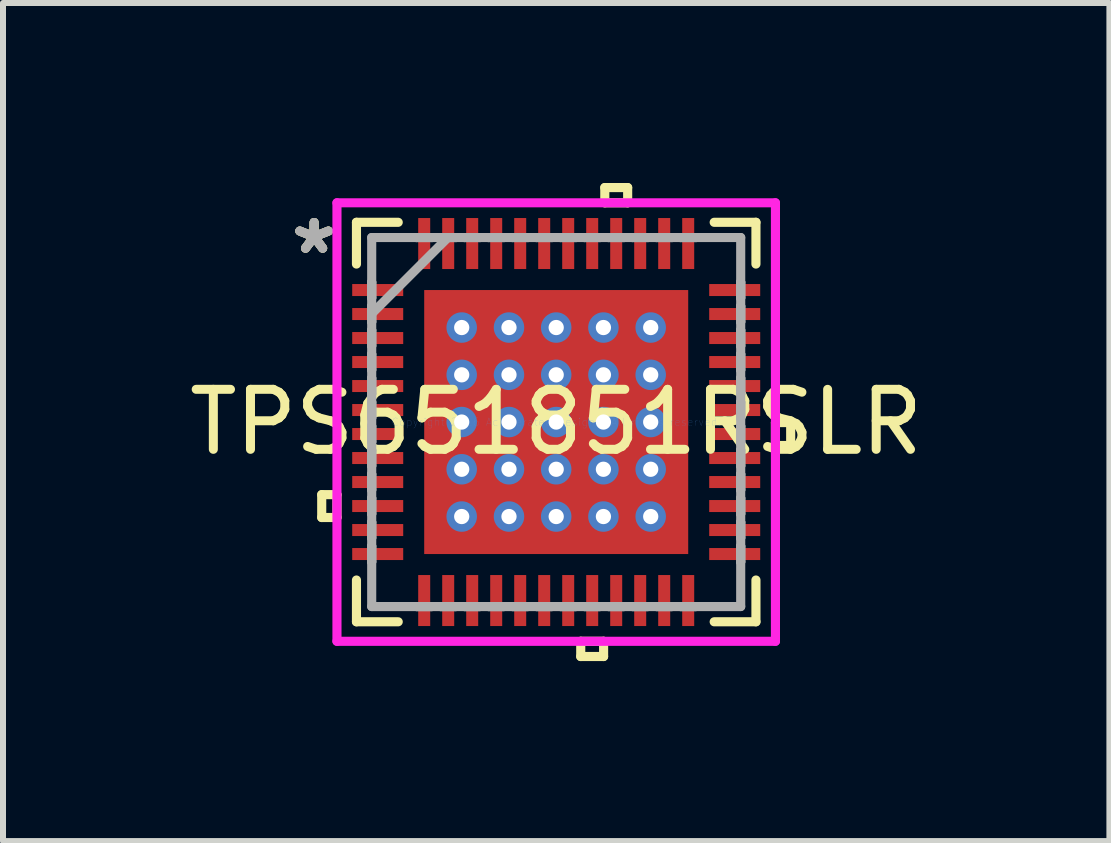
<source format=kicad_pcb>
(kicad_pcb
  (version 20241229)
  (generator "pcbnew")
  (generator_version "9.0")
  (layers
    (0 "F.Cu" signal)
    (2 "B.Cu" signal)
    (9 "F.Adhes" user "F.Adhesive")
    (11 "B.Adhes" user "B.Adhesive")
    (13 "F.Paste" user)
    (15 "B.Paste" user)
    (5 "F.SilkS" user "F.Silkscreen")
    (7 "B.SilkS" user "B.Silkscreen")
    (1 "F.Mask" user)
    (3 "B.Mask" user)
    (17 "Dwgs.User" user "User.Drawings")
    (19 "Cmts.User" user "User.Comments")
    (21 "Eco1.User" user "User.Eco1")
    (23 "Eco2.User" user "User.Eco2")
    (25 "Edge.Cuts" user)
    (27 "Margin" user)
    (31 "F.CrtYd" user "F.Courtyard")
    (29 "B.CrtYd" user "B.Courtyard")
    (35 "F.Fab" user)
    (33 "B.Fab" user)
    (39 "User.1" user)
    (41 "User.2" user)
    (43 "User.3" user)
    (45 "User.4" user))
  (footprint "TPS651851RSLR"
    (layer "F.Cu")
    (at 6.22 3.984)
    (property "Reference" "TPS651851RSLR" (at 0 0 0) (layer "F.SilkS") (effects (font (size 1 1) (thickness 0.15))))
    (attr through_hole)
    (fp_line (start -3.45 -2.35) (end -3.45 -2.05) (stroke (width 0.152) (type solid)) (layer "F.Mask"))
    (fp_line (start -3.45 -2.05) (end -2.5 -2.05) (stroke (width 0.152) (type solid)) (layer "F.Mask"))
    (fp_line (start -3.45 -1.95) (end -3.45 -1.65) (stroke (width 0.152) (type solid)) (layer "F.Mask"))
    (fp_line (start -3.45 -1.65) (end -2.5 -1.65) (stroke (width 0.152) (type solid)) (layer "F.Mask"))
    (fp_line (start -3.45 -1.55) (end -3.45 -1.25) (stroke (width 0.152) (type solid)) (layer "F.Mask"))
    (fp_line (start -3.45 -1.25) (end -2.5 -1.25) (stroke (width 0.152) (type solid)) (layer "F.Mask"))
    (fp_line (start -3.45 -1.15) (end -3.45 -0.85) (stroke (width 0.152) (type solid)) (layer "F.Mask"))
    (fp_line (start -3.45 -0.85) (end -2.5 -0.85) (stroke (width 0.152) (type solid)) (layer "F.Mask"))
    (fp_line (start -3.45 -0.75) (end -3.45 -0.45) (stroke (width 0.152) (type solid)) (layer "F.Mask"))
    (fp_line (start -3.45 -0.45) (end -2.5 -0.45) (stroke (width 0.152) (type solid)) (layer "F.Mask"))
    (fp_line (start -3.45 -0.35) (end -3.45 -0.05) (stroke (width 0.152) (type solid)) (layer "F.Mask"))
    (fp_line (start -3.45 -0.05) (end -2.5 -0.05) (stroke (width 0.152) (type solid)) (layer "F.Mask"))
    (fp_line (start -3.45 0.05) (end -3.45 0.35) (stroke (width 0.152) (type solid)) (layer "F.Mask"))
    (fp_line (start -3.45 0.35) (end -2.5 0.35) (stroke (width 0.152) (type solid)) (layer "F.Mask"))
    (fp_line (start -3.45 0.45) (end -3.45 0.75) (stroke (width 0.152) (type solid)) (layer "F.Mask"))
    (fp_line (start -3.45 0.75) (end -2.5 0.75) (stroke (width 0.152) (type solid)) (layer "F.Mask"))
    (fp_line (start -3.45 0.85) (end -3.45 1.15) (stroke (width 0.152) (type solid)) (layer "F.Mask"))
    (fp_line (start -3.45 1.15) (end -2.5 1.15) (stroke (width 0.152) (type solid)) (layer "F.Mask"))
    (fp_line (start -3.45 1.25) (end -3.45 1.55) (stroke (width 0.152) (type solid)) (layer "F.Mask"))
    (fp_line (start -3.45 1.55) (end -2.5 1.55) (stroke (width 0.152) (type solid)) (layer "F.Mask"))
    (fp_line (start -3.45 1.65) (end -3.45 1.95) (stroke (width 0.152) (type solid)) (layer "F.Mask"))
    (fp_line (start -3.45 1.95) (end -2.5 1.95) (stroke (width 0.152) (type solid)) (layer "F.Mask"))
    (fp_line (start -3.45 2.05) (end -3.45 2.35) (stroke (width 0.152) (type solid)) (layer "F.Mask"))
    (fp_line (start -3.45 2.35) (end -2.5 2.35) (stroke (width 0.152) (type solid)) (layer "F.Mask"))
    (fp_line (start -2.5 -2.35) (end -3.45 -2.35) (stroke (width 0.152) (type solid)) (layer "F.Mask"))
    (fp_line (start -2.5 -2.05) (end -2.5 -2.35) (stroke (width 0.152) (type solid)) (layer "F.Mask"))
    (fp_line (start -2.5 -1.95) (end -3.45 -1.95) (stroke (width 0.152) (type solid)) (layer "F.Mask"))
    (fp_line (start -2.5 -1.65) (end -2.5 -1.95) (stroke (width 0.152) (type solid)) (layer "F.Mask"))
    (fp_line (start -2.5 -1.55) (end -3.45 -1.55) (stroke (width 0.152) (type solid)) (layer "F.Mask"))
    (fp_line (start -2.5 -1.25) (end -2.5 -1.55) (stroke (width 0.152) (type solid)) (layer "F.Mask"))
    (fp_line (start -2.5 -1.15) (end -3.45 -1.15) (stroke (width 0.152) (type solid)) (layer "F.Mask"))
    (fp_line (start -2.5 -0.85) (end -2.5 -1.15) (stroke (width 0.152) (type solid)) (layer "F.Mask"))
    (fp_line (start -2.5 -0.75) (end -3.45 -0.75) (stroke (width 0.152) (type solid)) (layer "F.Mask"))
    (fp_line (start -2.5 -0.45) (end -2.5 -0.75) (stroke (width 0.152) (type solid)) (layer "F.Mask"))
    (fp_line (start -2.5 -0.35) (end -3.45 -0.35) (stroke (width 0.152) (type solid)) (layer "F.Mask"))
    (fp_line (start -2.5 -0.05) (end -2.5 -0.35) (stroke (width 0.152) (type solid)) (layer "F.Mask"))
    (fp_line (start -2.5 0.05) (end -3.45 0.05) (stroke (width 0.152) (type solid)) (layer "F.Mask"))
    (fp_line (start -2.5 0.35) (end -2.5 0.05) (stroke (width 0.152) (type solid)) (layer "F.Mask"))
    (fp_line (start -2.5 0.45) (end -3.45 0.45) (stroke (width 0.152) (type solid)) (layer "F.Mask"))
    (fp_line (start -2.5 0.75) (end -2.5 0.45) (stroke (width 0.152) (type solid)) (layer "F.Mask"))
    (fp_line (start -2.5 0.85) (end -3.45 0.85) (stroke (width 0.152) (type solid)) (layer "F.Mask"))
    (fp_line (start -2.5 1.15) (end -2.5 0.85) (stroke (width 0.152) (type solid)) (layer "F.Mask"))
    (fp_line (start -2.5 1.25) (end -3.45 1.25) (stroke (width 0.152) (type solid)) (layer "F.Mask"))
    (fp_line (start -2.5 1.55) (end -2.5 1.25) (stroke (width 0.152) (type solid)) (layer "F.Mask"))
    (fp_line (start -2.5 1.65) (end -3.45 1.65) (stroke (width 0.152) (type solid)) (layer "F.Mask"))
    (fp_line (start -2.5 1.95) (end -2.5 1.65) (stroke (width 0.152) (type solid)) (layer "F.Mask"))
    (fp_line (start -2.5 2.05) (end -3.45 2.05) (stroke (width 0.152) (type solid)) (layer "F.Mask"))
    (fp_line (start -2.5 2.35) (end -2.5 2.05) (stroke (width 0.152) (type solid)) (layer "F.Mask"))
    (fp_line (start -2.35 -3.45) (end -2.35 -2.5) (stroke (width 0.152) (type solid)) (layer "F.Mask"))
    (fp_line (start -2.35 -2.5) (end -2.05 -2.5) (stroke (width 0.152) (type solid)) (layer "F.Mask"))
    (fp_line (start -2.35 2.5) (end -2.35 3.45) (stroke (width 0.152) (type solid)) (layer "F.Mask"))
    (fp_line (start -2.35 3.45) (end -2.05 3.45) (stroke (width 0.152) (type solid)) (layer "F.Mask"))
    (fp_line (start -2.263 -2.263) (end -1.775 -2.263) (stroke (width 0.152) (type solid)) (layer "F.Mask"))
    (fp_line (start -2.263 -2.263) (end 2.263 -2.263) (stroke (width 0.152) (type solid)) (layer "F.Mask"))
    (fp_line (start -2.263 -1.775) (end -2.263 -2.263) (stroke (width 0.152) (type solid)) (layer "F.Mask"))
    (fp_line (start -2.263 -1.375) (end 2.263 -1.375) (stroke (width 0.152) (type solid)) (layer "F.Mask"))
    (fp_line (start -2.263 -0.987) (end -2.263 -1.375) (stroke (width 0.152) (type solid)) (layer "F.Mask"))
    (fp_line (start -2.263 -0.587) (end 2.263 -0.587) (stroke (width 0.152) (type solid)) (layer "F.Mask"))
    (fp_line (start -2.263 -0.2) (end -2.263 -0.587) (stroke (width 0.152) (type solid)) (layer "F.Mask"))
    (fp_line (start -2.263 0.2) (end 2.263 0.2) (stroke (width 0.152) (type solid)) (layer "F.Mask"))
    (fp_line (start -2.263 0.587) (end -2.263 0.2) (stroke (width 0.152) (type solid)) (layer "F.Mask"))
    (fp_line (start -2.263 0.987) (end 2.263 0.987) (stroke (width 0.152) (type solid)) (layer "F.Mask"))
    (fp_line (start -2.263 1.375) (end -2.263 0.987) (stroke (width 0.152) (type solid)) (layer "F.Mask"))
    (fp_line (start -2.263 1.775) (end 2.263 1.775) (stroke (width 0.152) (type solid)) (layer "F.Mask"))
    (fp_line (start -2.263 2.263) (end -2.263 -2.263) (stroke (width 0.152) (type solid)) (layer "F.Mask"))
    (fp_line (start -2.263 2.263) (end -2.263 1.775) (stroke (width 0.152) (type solid)) (layer "F.Mask"))
    (fp_line (start -2.05 -3.45) (end -2.35 -3.45) (stroke (width 0.152) (type solid)) (layer "F.Mask"))
    (fp_line (start -2.05 -2.5) (end -2.05 -3.45) (stroke (width 0.152) (type solid)) (layer "F.Mask"))
    (fp_line (start -2.05 2.5) (end -2.35 2.5) (stroke (width 0.152) (type solid)) (layer "F.Mask"))
    (fp_line (start -2.05 3.45) (end -2.05 2.5) (stroke (width 0.152) (type solid)) (layer "F.Mask"))
    (fp_line (start -1.95 -3.45) (end -1.95 -2.5) (stroke (width 0.152) (type solid)) (layer "F.Mask"))
    (fp_line (start -1.95 -2.5) (end -1.65 -2.5) (stroke (width 0.152) (type solid)) (layer "F.Mask"))
    (fp_line (start -1.95 2.5) (end -1.95 3.45) (stroke (width 0.152) (type solid)) (layer "F.Mask"))
    (fp_line (start -1.95 3.45) (end -1.65 3.45) (stroke (width 0.152) (type solid)) (layer "F.Mask"))
    (fp_line (start -1.775 -2.263) (end -1.775 2.263) (stroke (width 0.152) (type solid)) (layer "F.Mask"))
    (fp_line (start -1.775 2.263) (end -2.263 2.263) (stroke (width 0.152) (type solid)) (layer "F.Mask"))
    (fp_line (start -1.65 -3.45) (end -1.95 -3.45) (stroke (width 0.152) (type solid)) (layer "F.Mask"))
    (fp_line (start -1.65 -2.5) (end -1.65 -3.45) (stroke (width 0.152) (type solid)) (layer "F.Mask"))
    (fp_line (start -1.65 2.5) (end -1.95 2.5) (stroke (width 0.152) (type solid)) (layer "F.Mask"))
    (fp_line (start -1.65 3.45) (end -1.65 2.5) (stroke (width 0.152) (type solid)) (layer "F.Mask"))
    (fp_line (start -1.55 -3.45) (end -1.55 -2.5) (stroke (width 0.152) (type solid)) (layer "F.Mask"))
    (fp_line (start -1.55 -2.5) (end -1.25 -2.5) (stroke (width 0.152) (type solid)) (layer "F.Mask"))
    (fp_line (start -1.55 2.5) (end -1.55 3.45) (stroke (width 0.152) (type solid)) (layer "F.Mask"))
    (fp_line (start -1.55 3.45) (end -1.25 3.45) (stroke (width 0.152) (type solid)) (layer "F.Mask"))
    (fp_line (start -1.375 -2.263) (end -1.375 2.263) (stroke (width 0.152) (type solid)) (layer "F.Mask"))
    (fp_line (start -1.375 2.263) (end -0.987 2.263) (stroke (width 0.152) (type solid)) (layer "F.Mask"))
    (fp_line (start -1.25 -3.45) (end -1.55 -3.45) (stroke (width 0.152) (type solid)) (layer "F.Mask"))
    (fp_line (start -1.25 -2.5) (end -1.25 -3.45) (stroke (width 0.152) (type solid)) (layer "F.Mask"))
    (fp_line (start -1.25 2.5) (end -1.55 2.5) (stroke (width 0.152) (type solid)) (layer "F.Mask"))
    (fp_line (start -1.25 3.45) (end -1.25 2.5) (stroke (width 0.152) (type solid)) (layer "F.Mask"))
    (fp_line (start -1.15 -3.45) (end -1.15 -2.5) (stroke (width 0.152) (type solid)) (layer "F.Mask"))
    (fp_line (start -1.15 -2.5) (end -0.85 -2.5) (stroke (width 0.152) (type solid)) (layer "F.Mask"))
    (fp_line (start -1.15 2.5) (end -1.15 3.45) (stroke (width 0.152) (type solid)) (layer "F.Mask"))
    (fp_line (start -1.15 3.45) (end -0.85 3.45) (stroke (width 0.152) (type solid)) (layer "F.Mask"))
    (fp_line (start -0.987 -2.263) (end -1.375 -2.263) (stroke (width 0.152) (type solid)) (layer "F.Mask"))
    (fp_line (start -0.987 2.263) (end -0.987 -2.263) (stroke (width 0.152) (type solid)) (layer "F.Mask"))
    (fp_line (start -0.85 -3.45) (end -1.15 -3.45) (stroke (width 0.152) (type solid)) (layer "F.Mask"))
    (fp_line (start -0.85 -2.5) (end -0.85 -3.45) (stroke (width 0.152) (type solid)) (layer "F.Mask"))
    (fp_line (start -0.85 2.5) (end -1.15 2.5) (stroke (width 0.152) (type solid)) (layer "F.Mask"))
    (fp_line (start -0.85 3.45) (end -0.85 2.5) (stroke (width 0.152) (type solid)) (layer "F.Mask"))
    (fp_line (start -0.75 2.5) (end -0.75 3.45) (stroke (width 0.152) (type solid)) (layer "F.Mask"))
    (fp_line (start -0.75 3.45) (end -0.45 3.45) (stroke (width 0.152) (type solid)) (layer "F.Mask"))
    (fp_line (start -0.75 -3.45) (end -0.75 -2.5) (stroke (width 0.152) (type solid)) (layer "F.Mask"))
    (fp_line (start -0.75 -2.5) (end -0.45 -2.5) (stroke (width 0.152) (type solid)) (layer "F.Mask"))
    (fp_line (start -0.587 -2.263) (end -0.587 2.263) (stroke (width 0.152) (type solid)) (layer "F.Mask"))
    (fp_line (start -0.587 2.263) (end -0.2 2.263) (stroke (width 0.152) (type solid)) (layer "F.Mask"))
    (fp_line (start -0.45 -3.45) (end -0.75 -3.45) (stroke (width 0.152) (type solid)) (layer "F.Mask"))
    (fp_line (start -0.45 -2.5) (end -0.45 -3.45) (stroke (width 0.152) (type solid)) (layer "F.Mask"))
    (fp_line (start -0.45 2.5) (end -0.75 2.5) (stroke (width 0.152) (type solid)) (layer "F.Mask"))
    (fp_line (start -0.45 3.45) (end -0.45 2.5) (stroke (width 0.152) (type solid)) (layer "F.Mask"))
    (fp_line (start -0.35 -3.45) (end -0.35 -2.5) (stroke (width 0.152) (type solid)) (layer "F.Mask"))
    (fp_line (start -0.35 -2.5) (end -0.05 -2.5) (stroke (width 0.152) (type solid)) (layer "F.Mask"))
    (fp_line (start -0.35 2.5) (end -0.35 3.45) (stroke (width 0.152) (type solid)) (layer "F.Mask"))
    (fp_line (start -0.35 3.45) (end -0.05 3.45) (stroke (width 0.152) (type solid)) (layer "F.Mask"))
    (fp_line (start -0.2 -2.263) (end -0.587 -2.263) (stroke (width 0.152) (type solid)) (layer "F.Mask"))
    (fp_line (start -0.2 2.263) (end -0.2 -2.263) (stroke (width 0.152) (type solid)) (layer "F.Mask"))
    (fp_line (start -0.05 -3.45) (end -0.35 -3.45) (stroke (width 0.152) (type solid)) (layer "F.Mask"))
    (fp_line (start -0.05 -2.5) (end -0.05 -3.45) (stroke (width 0.152) (type solid)) (layer "F.Mask"))
    (fp_line (start -0.05 2.5) (end -0.35 2.5) (stroke (width 0.152) (type solid)) (layer "F.Mask"))
    (fp_line (start -0.05 3.45) (end -0.05 2.5) (stroke (width 0.152) (type solid)) (layer "F.Mask"))
    (fp_line (start 0.05 -3.45) (end 0.05 -2.5) (stroke (width 0.152) (type solid)) (layer "F.Mask"))
    (fp_line (start 0.05 -2.5) (end 0.35 -2.5) (stroke (width 0.152) (type solid)) (layer "F.Mask"))
    (fp_line (start 0.05 2.5) (end 0.05 3.45) (stroke (width 0.152) (type solid)) (layer "F.Mask"))
    (fp_line (start 0.05 3.45) (end 0.35 3.45) (stroke (width 0.152) (type solid)) (layer "F.Mask"))
    (fp_line (start 0.2 -2.263) (end 0.2 2.263) (stroke (width 0.152) (type solid)) (layer "F.Mask"))
    (fp_line (start 0.2 2.263) (end 0.587 2.263) (stroke (width 0.152) (type solid)) (layer "F.Mask"))
    (fp_line (start 0.35 -3.45) (end 0.05 -3.45) (stroke (width 0.152) (type solid)) (layer "F.Mask"))
    (fp_line (start 0.35 -2.5) (end 0.35 -3.45) (stroke (width 0.152) (type solid)) (layer "F.Mask"))
    (fp_line (start 0.35 2.5) (end 0.05 2.5) (stroke (width 0.152) (type solid)) (layer "F.Mask"))
    (fp_line (start 0.35 3.45) (end 0.35 2.5) (stroke (width 0.152) (type solid)) (layer "F.Mask"))
    (fp_line (start 0.45 -3.45) (end 0.45 -2.5) (stroke (width 0.152) (type solid)) (layer "F.Mask"))
    (fp_line (start 0.45 -2.5) (end 0.75 -2.5) (stroke (width 0.152) (type solid)) (layer "F.Mask"))
    (fp_line (start 0.45 2.5) (end 0.45 3.45) (stroke (width 0.152) (type solid)) (layer "F.Mask"))
    (fp_line (start 0.45 3.45) (end 0.75 3.45) (stroke (width 0.152) (type solid)) (layer "F.Mask"))
    (fp_line (start 0.587 -2.263) (end 0.2 -2.263) (stroke (width 0.152) (type solid)) (layer "F.Mask"))
    (fp_line (start 0.587 2.263) (end 0.587 -2.263) (stroke (width 0.152) (type solid)) (layer "F.Mask"))
    (fp_line (start 0.75 2.5) (end 0.45 2.5) (stroke (width 0.152) (type solid)) (layer "F.Mask"))
    (fp_line (start 0.75 3.45) (end 0.75 2.5) (stroke (width 0.152) (type solid)) (layer "F.Mask"))
    (fp_line (start 0.75 -3.45) (end 0.45 -3.45) (stroke (width 0.152) (type solid)) (layer "F.Mask"))
    (fp_line (start 0.75 -2.5) (end 0.75 -3.45) (stroke (width 0.152) (type solid)) (layer "F.Mask"))
    (fp_line (start 0.85 -3.45) (end 0.85 -2.5) (stroke (width 0.152) (type solid)) (layer "F.Mask"))
    (fp_line (start 0.85 -2.5) (end 1.15 -2.5) (stroke (width 0.152) (type solid)) (layer "F.Mask"))
    (fp_line (start 0.85 2.5) (end 0.85 3.45) (stroke (width 0.152) (type solid)) (layer "F.Mask"))
    (fp_line (start 0.85 3.45) (end 1.15 3.45) (stroke (width 0.152) (type solid)) (layer "F.Mask"))
    (fp_line (start 0.987 -2.263) (end 0.987 2.263) (stroke (width 0.152) (type solid)) (layer "F.Mask"))
    (fp_line (start 0.987 2.263) (end 1.375 2.263) (stroke (width 0.152) (type solid)) (layer "F.Mask"))
    (fp_line (start 1.15 -3.45) (end 0.85 -3.45) (stroke (width 0.152) (type solid)) (layer "F.Mask"))
    (fp_line (start 1.15 -2.5) (end 1.15 -3.45) (stroke (width 0.152) (type solid)) (layer "F.Mask"))
    (fp_line (start 1.15 2.5) (end 0.85 2.5) (stroke (width 0.152) (type solid)) (layer "F.Mask"))
    (fp_line (start 1.15 3.45) (end 1.15 2.5) (stroke (width 0.152) (type solid)) (layer "F.Mask"))
    (fp_line (start 1.25 -3.45) (end 1.25 -2.5) (stroke (width 0.152) (type solid)) (layer "F.Mask"))
    (fp_line (start 1.25 -2.5) (end 1.55 -2.5) (stroke (width 0.152) (type solid)) (layer "F.Mask"))
    (fp_line (start 1.25 2.5) (end 1.25 3.45) (stroke (width 0.152) (type solid)) (layer "F.Mask"))
    (fp_line (start 1.25 3.45) (end 1.55 3.45) (stroke (width 0.152) (type solid)) (layer "F.Mask"))
    (fp_line (start 1.375 -2.263) (end 0.987 -2.263) (stroke (width 0.152) (type solid)) (layer "F.Mask"))
    (fp_line (start 1.375 2.263) (end 1.375 -2.263) (stroke (width 0.152) (type solid)) (layer "F.Mask"))
    (fp_line (start 1.55 -3.45) (end 1.25 -3.45) (stroke (width 0.152) (type solid)) (layer "F.Mask"))
    (fp_line (start 1.55 -2.5) (end 1.55 -3.45) (stroke (width 0.152) (type solid)) (layer "F.Mask"))
    (fp_line (start 1.55 2.5) (end 1.25 2.5) (stroke (width 0.152) (type solid)) (layer "F.Mask"))
    (fp_line (start 1.55 3.45) (end 1.55 2.5) (stroke (width 0.152) (type solid)) (layer "F.Mask"))
    (fp_line (start 1.65 -3.45) (end 1.65 -2.5) (stroke (width 0.152) (type solid)) (layer "F.Mask"))
    (fp_line (start 1.65 -2.5) (end 1.95 -2.5) (stroke (width 0.152) (type solid)) (layer "F.Mask"))
    (fp_line (start 1.65 2.5) (end 1.65 3.45) (stroke (width 0.152) (type solid)) (layer "F.Mask"))
    (fp_line (start 1.65 3.45) (end 1.95 3.45) (stroke (width 0.152) (type solid)) (layer "F.Mask"))
    (fp_line (start 1.775 -2.263) (end 2.263 -2.263) (stroke (width 0.152) (type solid)) (layer "F.Mask"))
    (fp_line (start 1.775 2.263) (end 1.775 -2.263) (stroke (width 0.152) (type solid)) (layer "F.Mask"))
    (fp_line (start 1.95 -3.45) (end 1.65 -3.45) (stroke (width 0.152) (type solid)) (layer "F.Mask"))
    (fp_line (start 1.95 -2.5) (end 1.95 -3.45) (stroke (width 0.152) (type solid)) (layer "F.Mask"))
    (fp_line (start 1.95 2.5) (end 1.65 2.5) (stroke (width 0.152) (type solid)) (layer "F.Mask"))
    (fp_line (start 1.95 3.45) (end 1.95 2.5) (stroke (width 0.152) (type solid)) (layer "F.Mask"))
    (fp_line (start 2.05 -3.45) (end 2.05 -2.5) (stroke (width 0.152) (type solid)) (layer "F.Mask"))
    (fp_line (start 2.05 -2.5) (end 2.35 -2.5) (stroke (width 0.152) (type solid)) (layer "F.Mask"))
    (fp_line (start 2.05 2.5) (end 2.05 3.45) (stroke (width 0.152) (type solid)) (layer "F.Mask"))
    (fp_line (start 2.05 3.45) (end 2.35 3.45) (stroke (width 0.152) (type solid)) (layer "F.Mask"))
    (fp_line (start 2.263 -2.263) (end 2.263 -1.775) (stroke (width 0.152) (type solid)) (layer "F.Mask"))
    (fp_line (start 2.263 -2.263) (end 2.263 2.263) (stroke (width 0.152) (type solid)) (layer "F.Mask"))
    (fp_line (start 2.263 -1.775) (end -2.263 -1.775) (stroke (width 0.152) (type solid)) (layer "F.Mask"))
    (fp_line (start 2.263 -1.375) (end 2.263 -0.987) (stroke (width 0.152) (type solid)) (layer "F.Mask"))
    (fp_line (start 2.263 -0.987) (end -2.263 -0.987) (stroke (width 0.152) (type solid)) (layer "F.Mask"))
    (fp_line (start 2.263 -0.587) (end 2.263 -0.2) (stroke (width 0.152) (type solid)) (layer "F.Mask"))
    (fp_line (start 2.263 -0.2) (end -2.263 -0.2) (stroke (width 0.152) (type solid)) (layer "F.Mask"))
    (fp_line (start 2.263 0.2) (end 2.263 0.587) (stroke (width 0.152) (type solid)) (layer "F.Mask"))
    (fp_line (start 2.263 0.587) (end -2.263 0.587) (stroke (width 0.152) (type solid)) (layer "F.Mask"))
    (fp_line (start 2.263 0.987) (end 2.263 1.375) (stroke (width 0.152) (type solid)) (layer "F.Mask"))
    (fp_line (start 2.263 1.375) (end -2.263 1.375) (stroke (width 0.152) (type solid)) (layer "F.Mask"))
    (fp_line (start 2.263 1.775) (end 2.263 2.263) (stroke (width 0.152) (type solid)) (layer "F.Mask"))
    (fp_line (start 2.263 2.263) (end -2.263 2.263) (stroke (width 0.152) (type solid)) (layer "F.Mask"))
    (fp_line (start 2.263 2.263) (end 1.775 2.263) (stroke (width 0.152) (type solid)) (layer "F.Mask"))
    (fp_line (start 2.35 -3.45) (end 2.05 -3.45) (stroke (width 0.152) (type solid)) (layer "F.Mask"))
    (fp_line (start 2.35 -2.5) (end 2.35 -3.45) (stroke (width 0.152) (type solid)) (layer "F.Mask"))
    (fp_line (start 2.35 2.5) (end 2.05 2.5) (stroke (width 0.152) (type solid)) (layer "F.Mask"))
    (fp_line (start 2.35 3.45) (end 2.35 2.5) (stroke (width 0.152) (type solid)) (layer "F.Mask"))
    (fp_line (start 2.5 -2.35) (end 2.5 -2.05) (stroke (width 0.152) (type solid)) (layer "F.Mask"))
    (fp_line (start 2.5 -2.05) (end 3.45 -2.05) (stroke (width 0.152) (type solid)) (layer "F.Mask"))
    (fp_line (start 2.5 -1.95) (end 2.5 -1.65) (stroke (width 0.152) (type solid)) (layer "F.Mask"))
    (fp_line (start 2.5 -1.65) (end 3.45 -1.65) (stroke (width 0.152) (type solid)) (layer "F.Mask"))
    (fp_line (start 2.5 -1.55) (end 2.5 -1.25) (stroke (width 0.152) (type solid)) (layer "F.Mask"))
    (fp_line (start 2.5 -1.25) (end 3.45 -1.25) (stroke (width 0.152) (type solid)) (layer "F.Mask"))
    (fp_line (start 2.5 -1.15) (end 2.5 -0.85) (stroke (width 0.152) (type solid)) (layer "F.Mask"))
    (fp_line (start 2.5 -0.85) (end 3.45 -0.85) (stroke (width 0.152) (type solid)) (layer "F.Mask"))
    (fp_line (start 2.5 -0.75) (end 2.5 -0.45) (stroke (width 0.152) (type solid)) (layer "F.Mask"))
    (fp_line (start 2.5 -0.45) (end 3.45 -0.45) (stroke (width 0.152) (type solid)) (layer "F.Mask"))
    (fp_line (start 2.5 -0.35) (end 2.5 -0.05) (stroke (width 0.152) (type solid)) (layer "F.Mask"))
    (fp_line (start 2.5 -0.05) (end 3.45 -0.05) (stroke (width 0.152) (type solid)) (layer "F.Mask"))
    (fp_line (start 2.5 0.05) (end 2.5 0.35) (stroke (width 0.152) (type solid)) (layer "F.Mask"))
    (fp_line (start 2.5 0.35) (end 3.45 0.35) (stroke (width 0.152) (type solid)) (layer "F.Mask"))
    (fp_line (start 2.5 0.45) (end 2.5 0.75) (stroke (width 0.152) (type solid)) (layer "F.Mask"))
    (fp_line (start 2.5 0.75) (end 3.45 0.75) (stroke (width 0.152) (type solid)) (layer "F.Mask"))
    (fp_line (start 2.5 0.85) (end 2.5 1.15) (stroke (width 0.152) (type solid)) (layer "F.Mask"))
    (fp_line (start 2.5 1.15) (end 3.45 1.15) (stroke (width 0.152) (type solid)) (layer "F.Mask"))
    (fp_line (start 2.5 1.25) (end 2.5 1.55) (stroke (width 0.152) (type solid)) (layer "F.Mask"))
    (fp_line (start 2.5 1.55) (end 3.45 1.55) (stroke (width 0.152) (type solid)) (layer "F.Mask"))
    (fp_line (start 2.5 1.65) (end 2.5 1.95) (stroke (width 0.152) (type solid)) (layer "F.Mask"))
    (fp_line (start 2.5 1.95) (end 3.45 1.95) (stroke (width 0.152) (type solid)) (layer "F.Mask"))
    (fp_line (start 2.5 2.05) (end 2.5 2.35) (stroke (width 0.152) (type solid)) (layer "F.Mask"))
    (fp_line (start 2.5 2.35) (end 3.45 2.35) (stroke (width 0.152) (type solid)) (layer "F.Mask"))
    (fp_line (start 3.45 -2.35) (end 2.5 -2.35) (stroke (width 0.152) (type solid)) (layer "F.Mask"))
    (fp_line (start 3.45 -2.05) (end 3.45 -2.35) (stroke (width 0.152) (type solid)) (layer "F.Mask"))
    (fp_line (start 3.45 -1.95) (end 2.5 -1.95) (stroke (width 0.152) (type solid)) (layer "F.Mask"))
    (fp_line (start 3.45 -1.65) (end 3.45 -1.95) (stroke (width 0.152) (type solid)) (layer "F.Mask"))
    (fp_line (start 3.45 -1.55) (end 2.5 -1.55) (stroke (width 0.152) (type solid)) (layer "F.Mask"))
    (fp_line (start 3.45 -1.25) (end 3.45 -1.55) (stroke (width 0.152) (type solid)) (layer "F.Mask"))
    (fp_line (start 3.45 -1.15) (end 2.5 -1.15) (stroke (width 0.152) (type solid)) (layer "F.Mask"))
    (fp_line (start 3.45 -0.85) (end 3.45 -1.15) (stroke (width 0.152) (type solid)) (layer "F.Mask"))
    (fp_line (start 3.45 -0.75) (end 2.5 -0.75) (stroke (width 0.152) (type solid)) (layer "F.Mask"))
    (fp_line (start 3.45 -0.45) (end 3.45 -0.75) (stroke (width 0.152) (type solid)) (layer "F.Mask"))
    (fp_line (start 3.45 -0.35) (end 2.5 -0.35) (stroke (width 0.152) (type solid)) (layer "F.Mask"))
    (fp_line (start 3.45 -0.05) (end 3.45 -0.35) (stroke (width 0.152) (type solid)) (layer "F.Mask"))
    (fp_line (start 3.45 0.05) (end 2.5 0.05) (stroke (width 0.152) (type solid)) (layer "F.Mask"))
    (fp_line (start 3.45 0.35) (end 3.45 0.05) (stroke (width 0.152) (type solid)) (layer "F.Mask"))
    (fp_line (start 3.45 0.45) (end 2.5 0.45) (stroke (width 0.152) (type solid)) (layer "F.Mask"))
    (fp_line (start 3.45 0.75) (end 3.45 0.45) (stroke (width 0.152) (type solid)) (layer "F.Mask"))
    (fp_line (start 3.45 0.85) (end 2.5 0.85) (stroke (width 0.152) (type solid)) (layer "F.Mask"))
    (fp_line (start 3.45 1.15) (end 3.45 0.85) (stroke (width 0.152) (type solid)) (layer "F.Mask"))
    (fp_line (start 3.45 1.25) (end 2.5 1.25) (stroke (width 0.152) (type solid)) (layer "F.Mask"))
    (fp_line (start 3.45 1.55) (end 3.45 1.25) (stroke (width 0.152) (type solid)) (layer "F.Mask"))
    (fp_line (start 3.45 1.65) (end 2.5 1.65) (stroke (width 0.152) (type solid)) (layer "F.Mask"))
    (fp_line (start 3.45 1.95) (end 3.45 1.65) (stroke (width 0.152) (type solid)) (layer "F.Mask"))
    (fp_line (start 3.45 2.05) (end 2.5 2.05) (stroke (width 0.152) (type solid)) (layer "F.Mask"))
    (fp_line (start 3.45 2.35) (end 3.45 2.05) (stroke (width 0.152) (type solid)) (layer "F.Mask"))
    (fp_line (start -3.908 1.21) (end -3.908 1.591) (stroke (width 0.152) (type solid)) (layer "F.SilkS"))
    (fp_line (start -3.908 1.591) (end -3.654 1.591) (stroke (width 0.152) (type solid)) (layer "F.SilkS"))
    (fp_line (start -3.654 1.21) (end -3.908 1.21) (stroke (width 0.152) (type solid)) (layer "F.SilkS"))
    (fp_line (start -3.654 1.591) (end -3.654 1.21) (stroke (width 0.152) (type solid)) (layer "F.SilkS"))
    (fp_line (start -3.329 -3.329) (end -3.329 -2.633) (stroke (width 0.152) (type solid)) (layer "F.SilkS"))
    (fp_line (start -3.329 2.633) (end -3.329 3.329) (stroke (width 0.152) (type solid)) (layer "F.SilkS"))
    (fp_line (start -3.329 3.329) (end -2.633 3.329) (stroke (width 0.152) (type solid)) (layer "F.SilkS"))
    (fp_line (start -2.633 -3.329) (end -3.329 -3.329) (stroke (width 0.152) (type solid)) (layer "F.SilkS"))
    (fp_line (start 0.409 3.654) (end 0.409 3.908) (stroke (width 0.152) (type solid)) (layer "F.SilkS"))
    (fp_line (start 0.409 3.908) (end 0.79 3.908) (stroke (width 0.152) (type solid)) (layer "F.SilkS"))
    (fp_line (start 0.79 3.654) (end 0.409 3.654) (stroke (width 0.152) (type solid)) (layer "F.SilkS"))
    (fp_line (start 0.79 3.908) (end 0.79 3.654) (stroke (width 0.152) (type solid)) (layer "F.SilkS"))
    (fp_line (start 0.81 -3.908) (end 1.191 -3.908) (stroke (width 0.152) (type solid)) (layer "F.SilkS"))
    (fp_line (start 0.81 -3.654) (end 0.81 -3.908) (stroke (width 0.152) (type solid)) (layer "F.SilkS"))
    (fp_line (start 1.191 -3.908) (end 1.191 -3.654) (stroke (width 0.152) (type solid)) (layer "F.SilkS"))
    (fp_line (start 1.191 -3.654) (end 0.81 -3.654) (stroke (width 0.152) (type solid)) (layer "F.SilkS"))
    (fp_line (start 2.633 3.329) (end 3.329 3.329) (stroke (width 0.152) (type solid)) (layer "F.SilkS"))
    (fp_line (start 3.329 -3.329) (end 2.633 -3.329) (stroke (width 0.152) (type solid)) (layer "F.SilkS"))
    (fp_line (start 3.329 -2.633) (end 3.329 -3.329) (stroke (width 0.152) (type solid)) (layer "F.SilkS"))
    (fp_line (start 3.329 3.329) (end 3.329 2.633) (stroke (width 0.152) (type solid)) (layer "F.SilkS"))
    (fp_line (start 3.654 0.009) (end 3.908 0.009) (stroke (width 0.152) (type solid)) (layer "F.SilkS"))
    (fp_line (start 3.654 0.391) (end 3.654 0.009) (stroke (width 0.152) (type solid)) (layer "F.SilkS"))
    (fp_line (start 3.908 0.009) (end 3.908 0.391) (stroke (width 0.152) (type solid)) (layer "F.SilkS"))
    (fp_line (start 3.908 0.391) (end 3.654 0.391) (stroke (width 0.152) (type solid)) (layer "F.SilkS"))
    (fp_line (start -3.375 -2.275) (end -3.375 -2.125) (stroke (width 0.152) (type solid)) (layer "F.Paste"))
    (fp_line (start -3.375 -2.125) (end -2.575 -2.125) (stroke (width 0.152) (type solid)) (layer "F.Paste"))
    (fp_line (start -3.375 -1.875) (end -3.375 -1.725) (stroke (width 0.152) (type solid)) (layer "F.Paste"))
    (fp_line (start -3.375 -1.725) (end -2.575 -1.725) (stroke (width 0.152) (type solid)) (layer "F.Paste"))
    (fp_line (start -3.375 -1.475) (end -3.375 -1.325) (stroke (width 0.152) (type solid)) (layer "F.Paste"))
    (fp_line (start -3.375 -1.325) (end -2.575 -1.325) (stroke (width 0.152) (type solid)) (layer "F.Paste"))
    (fp_line (start -3.375 -1.075) (end -3.375 -0.925) (stroke (width 0.152) (type solid)) (layer "F.Paste"))
    (fp_line (start -3.375 -0.925) (end -2.575 -0.925) (stroke (width 0.152) (type solid)) (layer "F.Paste"))
    (fp_line (start -3.375 -0.675) (end -3.375 -0.525) (stroke (width 0.152) (type solid)) (layer "F.Paste"))
    (fp_line (start -3.375 -0.525) (end -2.575 -0.525) (stroke (width 0.152) (type solid)) (layer "F.Paste"))
    (fp_line (start -3.375 -0.275) (end -3.375 -0.125) (stroke (width 0.152) (type solid)) (layer "F.Paste"))
    (fp_line (start -3.375 -0.125) (end -2.575 -0.125) (stroke (width 0.152) (type solid)) (layer "F.Paste"))
    (fp_line (start -3.375 0.125) (end -3.375 0.275) (stroke (width 0.152) (type solid)) (layer "F.Paste"))
    (fp_line (start -3.375 0.275) (end -2.575 0.275) (stroke (width 0.152) (type solid)) (layer "F.Paste"))
    (fp_line (start -3.375 0.525) (end -3.375 0.675) (stroke (width 0.152) (type solid)) (layer "F.Paste"))
    (fp_line (start -3.375 0.675) (end -2.575 0.675) (stroke (width 0.152) (type solid)) (layer "F.Paste"))
    (fp_line (start -3.375 0.925) (end -3.375 1.075) (stroke (width 0.152) (type solid)) (layer "F.Paste"))
    (fp_line (start -3.375 1.075) (end -2.575 1.075) (stroke (width 0.152) (type solid)) (layer "F.Paste"))
    (fp_line (start -3.375 1.325) (end -3.375 1.475) (stroke (width 0.152) (type solid)) (layer "F.Paste"))
    (fp_line (start -3.375 1.475) (end -2.575 1.475) (stroke (width 0.152) (type solid)) (layer "F.Paste"))
    (fp_line (start -3.375 1.725) (end -3.375 1.875) (stroke (width 0.152) (type solid)) (layer "F.Paste"))
    (fp_line (start -3.375 1.875) (end -2.575 1.875) (stroke (width 0.152) (type solid)) (layer "F.Paste"))
    (fp_line (start -3.375 2.125) (end -3.375 2.275) (stroke (width 0.152) (type solid)) (layer "F.Paste"))
    (fp_line (start -3.375 2.275) (end -2.575 2.275) (stroke (width 0.152) (type solid)) (layer "F.Paste"))
    (fp_line (start -2.575 -2.275) (end -3.375 -2.275) (stroke (width 0.152) (type solid)) (layer "F.Paste"))
    (fp_line (start -2.575 -2.125) (end -2.575 -2.275) (stroke (width 0.152) (type solid)) (layer "F.Paste"))
    (fp_line (start -2.575 -1.875) (end -3.375 -1.875) (stroke (width 0.152) (type solid)) (layer "F.Paste"))
    (fp_line (start -2.575 -1.725) (end -2.575 -1.875) (stroke (width 0.152) (type solid)) (layer "F.Paste"))
    (fp_line (start -2.575 -1.475) (end -3.375 -1.475) (stroke (width 0.152) (type solid)) (layer "F.Paste"))
    (fp_line (start -2.575 -1.325) (end -2.575 -1.475) (stroke (width 0.152) (type solid)) (layer "F.Paste"))
    (fp_line (start -2.575 -1.075) (end -3.375 -1.075) (stroke (width 0.152) (type solid)) (layer "F.Paste"))
    (fp_line (start -2.575 -0.925) (end -2.575 -1.075) (stroke (width 0.152) (type solid)) (layer "F.Paste"))
    (fp_line (start -2.575 -0.675) (end -3.375 -0.675) (stroke (width 0.152) (type solid)) (layer "F.Paste"))
    (fp_line (start -2.575 -0.525) (end -2.575 -0.675) (stroke (width 0.152) (type solid)) (layer "F.Paste"))
    (fp_line (start -2.575 -0.275) (end -3.375 -0.275) (stroke (width 0.152) (type solid)) (layer "F.Paste"))
    (fp_line (start -2.575 -0.125) (end -2.575 -0.275) (stroke (width 0.152) (type solid)) (layer "F.Paste"))
    (fp_line (start -2.575 0.125) (end -3.375 0.125) (stroke (width 0.152) (type solid)) (layer "F.Paste"))
    (fp_line (start -2.575 0.275) (end -2.575 0.125) (stroke (width 0.152) (type solid)) (layer "F.Paste"))
    (fp_line (start -2.575 0.525) (end -3.375 0.525) (stroke (width 0.152) (type solid)) (layer "F.Paste"))
    (fp_line (start -2.575 0.675) (end -2.575 0.525) (stroke (width 0.152) (type solid)) (layer "F.Paste"))
    (fp_line (start -2.575 0.925) (end -3.375 0.925) (stroke (width 0.152) (type solid)) (layer "F.Paste"))
    (fp_line (start -2.575 1.075) (end -2.575 0.925) (stroke (width 0.152) (type solid)) (layer "F.Paste"))
    (fp_line (start -2.575 1.325) (end -3.375 1.325) (stroke (width 0.152) (type solid)) (layer "F.Paste"))
    (fp_line (start -2.575 1.475) (end -2.575 1.325) (stroke (width 0.152) (type solid)) (layer "F.Paste"))
    (fp_line (start -2.575 1.725) (end -3.375 1.725) (stroke (width 0.152) (type solid)) (layer "F.Paste"))
    (fp_line (start -2.575 1.875) (end -2.575 1.725) (stroke (width 0.152) (type solid)) (layer "F.Paste"))
    (fp_line (start -2.575 2.125) (end -3.375 2.125) (stroke (width 0.152) (type solid)) (layer "F.Paste"))
    (fp_line (start -2.575 2.275) (end -2.575 2.125) (stroke (width 0.152) (type solid)) (layer "F.Paste"))
    (fp_line (start -2.275 -3.375) (end -2.275 -2.575) (stroke (width 0.152) (type solid)) (layer "F.Paste"))
    (fp_line (start -2.275 -2.575) (end -2.125 -2.575) (stroke (width 0.152) (type solid)) (layer "F.Paste"))
    (fp_line (start -2.275 2.575) (end -2.275 3.375) (stroke (width 0.152) (type solid)) (layer "F.Paste"))
    (fp_line (start -2.275 3.375) (end -2.125 3.375) (stroke (width 0.152) (type solid)) (layer "F.Paste"))
    (fp_line (start -2.125 -2.125) (end -2.125 -1.675) (stroke (width 0.152) (type solid)) (layer "F.Paste"))
    (fp_line (start -2.125 -1.675) (end -1.816 -1.675) (stroke (width 0.152) (type solid)) (layer "F.Paste"))
    (fp_line (start -2.125 -1.475) (end -2.125 -0.887) (stroke (width 0.152) (type solid)) (layer "F.Paste"))
    (fp_line (start -2.125 -0.887) (end -1.816 -0.887) (stroke (width 0.152) (type solid)) (layer "F.Paste"))
    (fp_line (start -2.125 -0.687) (end -2.125 -0.1) (stroke (width 0.152) (type solid)) (layer "F.Paste"))
    (fp_line (start -2.125 -0.1) (end -1.816 -0.1) (stroke (width 0.152) (type solid)) (layer "F.Paste"))
    (fp_line (start -2.125 0.1) (end -2.125 0.687) (stroke (width 0.152) (type solid)) (layer "F.Paste"))
    (fp_line (start -2.125 0.687) (end -1.816 0.687) (stroke (width 0.152) (type solid)) (layer "F.Paste"))
    (fp_line (start -2.125 0.887) (end -2.125 1.475) (stroke (width 0.152) (type solid)) (layer "F.Paste"))
    (fp_line (start -2.125 1.475) (end -1.816 1.475) (stroke (width 0.152) (type solid)) (layer "F.Paste"))
    (fp_line (start -2.125 1.675) (end -2.125 2.125) (stroke (width 0.152) (type solid)) (layer "F.Paste"))
    (fp_line (start -2.125 2.125) (end -1.675 2.125) (stroke (width 0.152) (type solid)) (layer "F.Paste"))
    (fp_line (start -2.125 -3.375) (end -2.275 -3.375) (stroke (width 0.152) (type solid)) (layer "F.Paste"))
    (fp_line (start -2.125 -2.575) (end -2.125 -3.375) (stroke (width 0.152) (type solid)) (layer "F.Paste"))
    (fp_line (start -2.125 2.575) (end -2.275 2.575) (stroke (width 0.152) (type solid)) (layer "F.Paste"))
    (fp_line (start -2.125 3.375) (end -2.125 2.575) (stroke (width 0.152) (type solid)) (layer "F.Paste"))
    (fp_line (start -1.875 -3.375) (end -1.875 -2.575) (stroke (width 0.152) (type solid)) (layer "F.Paste"))
    (fp_line (start -1.875 -2.575) (end -1.725 -2.575) (stroke (width 0.152) (type solid)) (layer "F.Paste"))
    (fp_line (start -1.875 2.575) (end -1.875 3.375) (stroke (width 0.152) (type solid)) (layer "F.Paste"))
    (fp_line (start -1.875 3.375) (end -1.725 3.375) (stroke (width 0.152) (type solid)) (layer "F.Paste"))
    (fp_line (start -1.816 -1.675) (end -1.816 -1.675) (stroke (width 0.152) (type solid)) (layer "F.Paste"))
    (fp_line (start -1.816 -1.675) (end -1.675 -1.816) (stroke (width 0.152) (type solid)) (layer "F.Paste"))
    (fp_line (start -1.816 -1.475) (end -2.125 -1.475) (stroke (width 0.152) (type solid)) (layer "F.Paste"))
    (fp_line (start -1.816 -1.475) (end -1.816 -1.475) (stroke (width 0.152) (type solid)) (layer "F.Paste"))
    (fp_line (start -1.816 -0.887) (end -1.816 -0.887) (stroke (width 0.152) (type solid)) (layer "F.Paste"))
    (fp_line (start -1.816 -0.887) (end -1.675 -1.029) (stroke (width 0.152) (type solid)) (layer "F.Paste"))
    (fp_line (start -1.816 -0.687) (end -2.125 -0.687) (stroke (width 0.152) (type solid)) (layer "F.Paste"))
    (fp_line (start -1.816 -0.687) (end -1.816 -0.687) (stroke (width 0.152) (type solid)) (layer "F.Paste"))
    (fp_line (start -1.816 -0.1) (end -1.816 -0.1) (stroke (width 0.152) (type solid)) (layer "F.Paste"))
    (fp_line (start -1.816 -0.1) (end -1.675 -0.241) (stroke (width 0.152) (type solid)) (layer "F.Paste"))
    (fp_line (start -1.816 0.1) (end -2.125 0.1) (stroke (width 0.152) (type solid)) (layer "F.Paste"))
    (fp_line (start -1.816 0.1) (end -1.816 0.1) (stroke (width 0.152) (type solid)) (layer "F.Paste"))
    (fp_line (start -1.816 0.687) (end -1.816 0.687) (stroke (width 0.152) (type solid)) (layer "F.Paste"))
    (fp_line (start -1.816 0.687) (end -1.675 0.546) (stroke (width 0.152) (type solid)) (layer "F.Paste"))
    (fp_line (start -1.816 0.887) (end -2.125 0.887) (stroke (width 0.152) (type solid)) (layer "F.Paste"))
    (fp_line (start -1.816 0.887) (end -1.816 0.887) (stroke (width 0.152) (type solid)) (layer "F.Paste"))
    (fp_line (start -1.816 1.475) (end -1.816 1.475) (stroke (width 0.152) (type solid)) (layer "F.Paste"))
    (fp_line (start -1.816 1.475) (end -1.675 1.333) (stroke (width 0.152) (type solid)) (layer "F.Paste"))
    (fp_line (start -1.816 1.675) (end -2.125 1.675) (stroke (width 0.152) (type solid)) (layer "F.Paste"))
    (fp_line (start -1.816 1.675) (end -1.816 1.675) (stroke (width 0.152) (type solid)) (layer "F.Paste"))
    (fp_line (start -1.725 -3.375) (end -1.875 -3.375) (stroke (width 0.152) (type solid)) (layer "F.Paste"))
    (fp_line (start -1.725 -2.575) (end -1.725 -3.375) (stroke (width 0.152) (type solid)) (layer "F.Paste"))
    (fp_line (start -1.725 2.575) (end -1.875 2.575) (stroke (width 0.152) (type solid)) (layer "F.Paste"))
    (fp_line (start -1.725 3.375) (end -1.725 2.575) (stroke (width 0.152) (type solid)) (layer "F.Paste"))
    (fp_line (start -1.675 -2.125) (end -2.125 -2.125) (stroke (width 0.152) (type solid)) (layer "F.Paste"))
    (fp_line (start -1.675 -1.816) (end -1.675 -2.125) (stroke (width 0.152) (type solid)) (layer "F.Paste"))
    (fp_line (start -1.675 -1.816) (end -1.675 -1.816) (stroke (width 0.152) (type solid)) (layer "F.Paste"))
    (fp_line (start -1.675 -1.333) (end -1.816 -1.475) (stroke (width 0.152) (type solid)) (layer "F.Paste"))
    (fp_line (start -1.675 -1.333) (end -1.675 -1.333) (stroke (width 0.152) (type solid)) (layer "F.Paste"))
    (fp_line (start -1.675 -1.029) (end -1.675 -1.333) (stroke (width 0.152) (type solid)) (layer "F.Paste"))
    (fp_line (start -1.675 -1.029) (end -1.675 -1.029) (stroke (width 0.152) (type solid)) (layer "F.Paste"))
    (fp_line (start -1.675 -0.546) (end -1.816 -0.687) (stroke (width 0.152) (type solid)) (layer "F.Paste"))
    (fp_line (start -1.675 -0.546) (end -1.675 -0.546) (stroke (width 0.152) (type solid)) (layer "F.Paste"))
    (fp_line (start -1.675 -0.241) (end -1.675 -0.546) (stroke (width 0.152) (type solid)) (layer "F.Paste"))
    (fp_line (start -1.675 -0.241) (end -1.675 -0.241) (stroke (width 0.152) (type solid)) (layer "F.Paste"))
    (fp_line (start -1.675 0.241) (end -1.816 0.1) (stroke (width 0.152) (type solid)) (layer "F.Paste"))
    (fp_line (start -1.675 0.241) (end -1.675 0.241) (stroke (width 0.152) (type solid)) (layer "F.Paste"))
    (fp_line (start -1.675 0.546) (end -1.675 0.241) (stroke (width 0.152) (type solid)) (layer "F.Paste"))
    (fp_line (start -1.675 0.546) (end -1.675 0.546) (stroke (width 0.152) (type solid)) (layer "F.Paste"))
    (fp_line (start -1.675 1.029) (end -1.816 0.887) (stroke (width 0.152) (type solid)) (layer "F.Paste"))
    (fp_line (start -1.675 1.029) (end -1.675 1.029) (stroke (width 0.152) (type solid)) (layer "F.Paste"))
    (fp_line (start -1.675 1.333) (end -1.675 1.029) (stroke (width 0.152) (type solid)) (layer "F.Paste"))
    (fp_line (start -1.675 1.333) (end -1.675 1.333) (stroke (width 0.152) (type solid)) (layer "F.Paste"))
    (fp_line (start -1.675 1.816) (end -1.816 1.675) (stroke (width 0.152) (type solid)) (layer "F.Paste"))
    (fp_line (start -1.675 1.816) (end -1.675 1.816) (stroke (width 0.152) (type solid)) (layer "F.Paste"))
    (fp_line (start -1.675 2.125) (end -1.675 1.816) (stroke (width 0.152) (type solid)) (layer "F.Paste"))
    (fp_line (start -1.475 -3.375) (end -1.475 -2.575) (stroke (width 0.152) (type solid)) (layer "F.Paste"))
    (fp_line (start -1.475 -2.575) (end -1.325 -2.575) (stroke (width 0.152) (type solid)) (layer "F.Paste"))
    (fp_line (start -1.475 2.575) (end -1.475 3.375) (stroke (width 0.152) (type solid)) (layer "F.Paste"))
    (fp_line (start -1.475 3.375) (end -1.325 3.375) (stroke (width 0.152) (type solid)) (layer "F.Paste"))
    (fp_line (start -1.475 -2.125) (end -1.475 -1.816) (stroke (width 0.152) (type solid)) (layer "F.Paste"))
    (fp_line (start -1.475 -1.816) (end -1.475 -1.816) (stroke (width 0.152) (type solid)) (layer "F.Paste"))
    (fp_line (start -1.475 -1.816) (end -1.333 -1.675) (stroke (width 0.152) (type solid)) (layer "F.Paste"))
    (fp_line (start -1.475 -1.333) (end -1.475 -1.333) (stroke (width 0.152) (type solid)) (layer "F.Paste"))
    (fp_line (start -1.475 -1.333) (end -1.475 -1.029) (stroke (width 0.152) (type solid)) (layer "F.Paste"))
    (fp_line (start -1.475 -1.029) (end -1.475 -1.029) (stroke (width 0.152) (type solid)) (layer "F.Paste"))
    (fp_line (start -1.475 -1.029) (end -1.333 -0.887) (stroke (width 0.152) (type solid)) (layer "F.Paste"))
    (fp_line (start -1.475 -0.546) (end -1.475 -0.546) (stroke (width 0.152) (type solid)) (layer "F.Paste"))
    (fp_line (start -1.475 -0.546) (end -1.475 -0.241) (stroke (width 0.152) (type solid)) (layer "F.Paste"))
    (fp_line (start -1.475 -0.241) (end -1.475 -0.241) (stroke (width 0.152) (type solid)) (layer "F.Paste"))
    (fp_line (start -1.475 -0.241) (end -1.333 -0.1) (stroke (width 0.152) (type solid)) (layer "F.Paste"))
    (fp_line (start -1.475 0.241) (end -1.475 0.241) (stroke (width 0.152) (type solid)) (layer "F.Paste"))
    (fp_line (start -1.475 0.241) (end -1.475 0.546) (stroke (width 0.152) (type solid)) (layer "F.Paste"))
    (fp_line (start -1.475 0.546) (end -1.475 0.546) (stroke (width 0.152) (type solid)) (layer "F.Paste"))
    (fp_line (start -1.475 0.546) (end -1.333 0.687) (stroke (width 0.152) (type solid)) (layer "F.Paste"))
    (fp_line (start -1.475 1.029) (end -1.475 1.029) (stroke (width 0.152) (type solid)) (layer "F.Paste"))
    (fp_line (start -1.475 1.029) (end -1.475 1.333) (stroke (width 0.152) (type solid)) (layer "F.Paste"))
    (fp_line (start -1.475 1.333) (end -1.475 1.333) (stroke (width 0.152) (type solid)) (layer "F.Paste"))
    (fp_line (start -1.475 1.333) (end -1.333 1.475) (stroke (width 0.152) (type solid)) (layer "F.Paste"))
    (fp_line (start -1.475 1.816) (end -1.475 1.816) (stroke (width 0.152) (type solid)) (layer "F.Paste"))
    (fp_line (start -1.475 1.816) (end -1.475 2.125) (stroke (width 0.152) (type solid)) (layer "F.Paste"))
    (fp_line (start -1.475 2.125) (end -0.887 2.125) (stroke (width 0.152) (type solid)) (layer "F.Paste"))
    (fp_line (start -1.333 -1.675) (end -1.333 -1.675) (stroke (width 0.152) (type solid)) (layer "F.Paste"))
    (fp_line (start -1.333 -1.675) (end -1.029 -1.675) (stroke (width 0.152) (type solid)) (layer "F.Paste"))
    (fp_line (start -1.333 -1.475) (end -1.475 -1.333) (stroke (width 0.152) (type solid)) (layer "F.Paste"))
    (fp_line (start -1.333 -1.475) (end -1.333 -1.475) (stroke (width 0.152) (type solid)) (layer "F.Paste"))
    (fp_line (start -1.333 -0.887) (end -1.333 -0.887) (stroke (width 0.152) (type solid)) (layer "F.Paste"))
    (fp_line (start -1.333 -0.887) (end -1.029 -0.887) (stroke (width 0.152) (type solid)) (layer "F.Paste"))
    (fp_line (start -1.333 -0.687) (end -1.475 -0.546) (stroke (width 0.152) (type solid)) (layer "F.Paste"))
    (fp_line (start -1.333 -0.687) (end -1.333 -0.687) (stroke (width 0.152) (type solid)) (layer "F.Paste"))
    (fp_line (start -1.333 -0.1) (end -1.333 -0.1) (stroke (width 0.152) (type solid)) (layer "F.Paste"))
    (fp_line (start -1.333 -0.1) (end -1.029 -0.1) (stroke (width 0.152) (type solid)) (layer "F.Paste"))
    (fp_line (start -1.333 0.1) (end -1.475 0.241) (stroke (width 0.152) (type solid)) (layer "F.Paste"))
    (fp_line (start -1.333 0.1) (end -1.333 0.1) (stroke (width 0.152) (type solid)) (layer "F.Paste"))
    (fp_line (start -1.333 0.687) (end -1.333 0.687) (stroke (width 0.152) (type solid)) (layer "F.Paste"))
    (fp_line (start -1.333 0.687) (end -1.029 0.687) (stroke (width 0.152) (type solid)) (layer "F.Paste"))
    (fp_line (start -1.333 0.887) (end -1.475 1.029) (stroke (width 0.152) (type solid)) (layer "F.Paste"))
    (fp_line (start -1.333 0.887) (end -1.333 0.887) (stroke (width 0.152) (type solid)) (layer "F.Paste"))
    (fp_line (start -1.333 1.475) (end -1.333 1.475) (stroke (width 0.152) (type solid)) (layer "F.Paste"))
    (fp_line (start -1.333 1.475) (end -1.029 1.475) (stroke (width 0.152) (type solid)) (layer "F.Paste"))
    (fp_line (start -1.333 1.675) (end -1.475 1.816) (stroke (width 0.152) (type solid)) (layer "F.Paste"))
    (fp_line (start -1.333 1.675) (end -1.333 1.675) (stroke (width 0.152) (type solid)) (layer "F.Paste"))
    (fp_line (start -1.325 2.575) (end -1.475 2.575) (stroke (width 0.152) (type solid)) (layer "F.Paste"))
    (fp_line (start -1.325 3.375) (end -1.325 2.575) (stroke (width 0.152) (type solid)) (layer "F.Paste"))
    (fp_line (start -1.325 -3.375) (end -1.475 -3.375) (stroke (width 0.152) (type solid)) (layer "F.Paste"))
    (fp_line (start -1.325 -2.575) (end -1.325 -3.375) (stroke (width 0.152) (type solid)) (layer "F.Paste"))
    (fp_line (start -1.075 -3.375) (end -1.075 -2.575) (stroke (width 0.152) (type solid)) (layer "F.Paste"))
    (fp_line (start -1.075 -2.575) (end -0.925 -2.575) (stroke (width 0.152) (type solid)) (layer "F.Paste"))
    (fp_line (start -1.075 2.575) (end -1.075 3.375) (stroke (width 0.152) (type solid)) (layer "F.Paste"))
    (fp_line (start -1.075 3.375) (end -0.925 3.375) (stroke (width 0.152) (type solid)) (layer "F.Paste"))
    (fp_line (start -1.029 -1.675) (end -1.029 -1.675) (stroke (width 0.152) (type solid)) (layer "F.Paste"))
    (fp_line (start -1.029 -1.675) (end -0.887 -1.816) (stroke (width 0.152) (type solid)) (layer "F.Paste"))
    (fp_line (start -1.029 -1.475) (end -1.333 -1.475) (stroke (width 0.152) (type solid)) (layer "F.Paste"))
    (fp_line (start -1.029 -1.475) (end -1.029 -1.475) (stroke (width 0.152) (type solid)) (layer "F.Paste"))
    (fp_line (start -1.029 -0.887) (end -1.029 -0.887) (stroke (width 0.152) (type solid)) (layer "F.Paste"))
    (fp_line (start -1.029 -0.887) (end -0.887 -1.029) (stroke (width 0.152) (type solid)) (layer "F.Paste"))
    (fp_line (start -1.029 -0.687) (end -1.333 -0.687) (stroke (width 0.152) (type solid)) (layer "F.Paste"))
    (fp_line (start -1.029 -0.687) (end -1.029 -0.687) (stroke (width 0.152) (type solid)) (layer "F.Paste"))
    (fp_line (start -1.029 -0.1) (end -1.029 -0.1) (stroke (width 0.152) (type solid)) (layer "F.Paste"))
    (fp_line (start -1.029 -0.1) (end -0.887 -0.241) (stroke (width 0.152) (type solid)) (layer "F.Paste"))
    (fp_line (start -1.029 0.1) (end -1.333 0.1) (stroke (width 0.152) (type solid)) (layer "F.Paste"))
    (fp_line (start -1.029 0.1) (end -1.029 0.1) (stroke (width 0.152) (type solid)) (layer "F.Paste"))
    (fp_line (start -1.029 0.687) (end -1.029 0.687) (stroke (width 0.152) (type solid)) (layer "F.Paste"))
    (fp_line (start -1.029 0.687) (end -0.887 0.546) (stroke (width 0.152) (type solid)) (layer "F.Paste"))
    (fp_line (start -1.029 0.887) (end -1.333 0.887) (stroke (width 0.152) (type solid)) (layer "F.Paste"))
    (fp_line (start -1.029 0.887) (end -1.029 0.887) (stroke (width 0.152) (type solid)) (layer "F.Paste"))
    (fp_line (start -1.029 1.475) (end -1.029 1.475) (stroke (width 0.152) (type solid)) (layer "F.Paste"))
    (fp_line (start -1.029 1.475) (end -0.887 1.333) (stroke (width 0.152) (type solid)) (layer "F.Paste"))
    (fp_line (start -1.029 1.675) (end -1.333 1.675) (stroke (width 0.152) (type solid)) (layer "F.Paste"))
    (fp_line (start -1.029 1.675) (end -1.029 1.675) (stroke (width 0.152) (type solid)) (layer "F.Paste"))
    (fp_line (start -0.925 -3.375) (end -1.075 -3.375) (stroke (width 0.152) (type solid)) (layer "F.Paste"))
    (fp_line (start -0.925 -2.575) (end -0.925 -3.375) (stroke (width 0.152) (type solid)) (layer "F.Paste"))
    (fp_line (start -0.925 2.575) (end -1.075 2.575) (stroke (width 0.152) (type solid)) (layer "F.Paste"))
    (fp_line (start -0.925 3.375) (end -0.925 2.575) (stroke (width 0.152) (type solid)) (layer "F.Paste"))
    (fp_line (start -0.887 -2.125) (end -1.475 -2.125) (stroke (width 0.152) (type solid)) (layer "F.Paste"))
    (fp_line (start -0.887 -1.816) (end -0.887 -2.125) (stroke (width 0.152) (type solid)) (layer "F.Paste"))
    (fp_line (start -0.887 -1.816) (end -0.887 -1.816) (stroke (width 0.152) (type solid)) (layer "F.Paste"))
    (fp_line (start -0.887 -1.333) (end -1.029 -1.475) (stroke (width 0.152) (type solid)) (layer "F.Paste"))
    (fp_line (start -0.887 -1.333) (end -0.887 -1.333) (stroke (width 0.152) (type solid)) (layer "F.Paste"))
    (fp_line (start -0.887 -1.029) (end -0.887 -1.333) (stroke (width 0.152) (type solid)) (layer "F.Paste"))
    (fp_line (start -0.887 -1.029) (end -0.887 -1.029) (stroke (width 0.152) (type solid)) (layer "F.Paste"))
    (fp_line (start -0.887 -0.546) (end -1.029 -0.687) (stroke (width 0.152) (type solid)) (layer "F.Paste"))
    (fp_line (start -0.887 -0.546) (end -0.887 -0.546) (stroke (width 0.152) (type solid)) (layer "F.Paste"))
    (fp_line (start -0.887 -0.241) (end -0.887 -0.546) (stroke (width 0.152) (type solid)) (layer "F.Paste"))
    (fp_line (start -0.887 -0.241) (end -0.887 -0.241) (stroke (width 0.152) (type solid)) (layer "F.Paste"))
    (fp_line (start -0.887 0.241) (end -1.029 0.1) (stroke (width 0.152) (type solid)) (layer "F.Paste"))
    (fp_line (start -0.887 0.241) (end -0.887 0.241) (stroke (width 0.152) (type solid)) (layer "F.Paste"))
    (fp_line (start -0.887 0.546) (end -0.887 0.241) (stroke (width 0.152) (type solid)) (layer "F.Paste"))
    (fp_line (start -0.887 0.546) (end -0.887 0.546) (stroke (width 0.152) (type solid)) (layer "F.Paste"))
    (fp_line (start -0.887 1.029) (end -1.029 0.887) (stroke (width 0.152) (type solid)) (layer "F.Paste"))
    (fp_line (start -0.887 1.029) (end -0.887 1.029) (stroke (width 0.152) (type solid)) (layer "F.Paste"))
    (fp_line (start -0.887 1.333) (end -0.887 1.029) (stroke (width 0.152) (type solid)) (layer "F.Paste"))
    (fp_line (start -0.887 1.333) (end -0.887 1.333) (stroke (width 0.152) (type solid)) (layer "F.Paste"))
    (fp_line (start -0.887 1.816) (end -1.029 1.675) (stroke (width 0.152) (type solid)) (layer "F.Paste"))
    (fp_line (start -0.887 1.816) (end -0.887 1.816) (stroke (width 0.152) (type solid)) (layer "F.Paste"))
    (fp_line (start -0.887 2.125) (end -0.887 1.816) (stroke (width 0.152) (type solid)) (layer "F.Paste"))
    (fp_line (start -0.687 -2.125) (end -0.687 -1.816) (stroke (width 0.152) (type solid)) (layer "F.Paste"))
    (fp_line (start -0.687 -1.816) (end -0.687 -1.816) (stroke (width 0.152) (type solid)) (layer "F.Paste"))
    (fp_line (start -0.687 -1.816) (end -0.546 -1.675) (stroke (width 0.152) (type solid)) (layer "F.Paste"))
    (fp_line (start -0.687 -1.333) (end -0.687 -1.333) (stroke (width 0.152) (type solid)) (layer "F.Paste"))
    (fp_line (start -0.687 -1.333) (end -0.687 -1.029) (stroke (width 0.152) (type solid)) (layer "F.Paste"))
    (fp_line (start -0.687 -1.029) (end -0.687 -1.029) (stroke (width 0.152) (type solid)) (layer "F.Paste"))
    (fp_line (start -0.687 -1.029) (end -0.546 -0.887) (stroke (width 0.152) (type solid)) (layer "F.Paste"))
    (fp_line (start -0.687 -0.546) (end -0.687 -0.546) (stroke (width 0.152) (type solid)) (layer "F.Paste"))
    (fp_line (start -0.687 -0.546) (end -0.687 -0.241) (stroke (width 0.152) (type solid)) (layer "F.Paste"))
    (fp_line (start -0.687 -0.241) (end -0.687 -0.241) (stroke (width 0.152) (type solid)) (layer "F.Paste"))
    (fp_line (start -0.687 -0.241) (end -0.546 -0.1) (stroke (width 0.152) (type solid)) (layer "F.Paste"))
    (fp_line (start -0.687 0.241) (end -0.687 0.241) (stroke (width 0.152) (type solid)) (layer "F.Paste"))
    (fp_line (start -0.687 0.241) (end -0.687 0.546) (stroke (width 0.152) (type solid)) (layer "F.Paste"))
    (fp_line (start -0.687 0.546) (end -0.687 0.546) (stroke (width 0.152) (type solid)) (layer "F.Paste"))
    (fp_line (start -0.687 0.546) (end -0.546 0.687) (stroke (width 0.152) (type solid)) (layer "F.Paste"))
    (fp_line (start -0.687 1.029) (end -0.687 1.029) (stroke (width 0.152) (type solid)) (layer "F.Paste"))
    (fp_line (start -0.687 1.029) (end -0.687 1.333) (stroke (width 0.152) (type solid)) (layer "F.Paste"))
    (fp_line (start -0.687 1.333) (end -0.687 1.333) (stroke (width 0.152) (type solid)) (layer "F.Paste"))
    (fp_line (start -0.687 1.333) (end -0.546 1.475) (stroke (width 0.152) (type solid)) (layer "F.Paste"))
    (fp_line (start -0.687 1.816) (end -0.687 1.816) (stroke (width 0.152) (type solid)) (layer "F.Paste"))
    (fp_line (start -0.687 1.816) (end -0.687 2.125) (stroke (width 0.152) (type solid)) (layer "F.Paste"))
    (fp_line (start -0.687 2.125) (end -0.1 2.125) (stroke (width 0.152) (type solid)) (layer "F.Paste"))
    (fp_line (start -0.675 -3.375) (end -0.675 -2.575) (stroke (width 0.152) (type solid)) (layer "F.Paste"))
    (fp_line (start -0.675 -2.575) (end -0.525 -2.575) (stroke (width 0.152) (type solid)) (layer "F.Paste"))
    (fp_line (start -0.675 2.575) (end -0.675 3.375) (stroke (width 0.152) (type solid)) (layer "F.Paste"))
    (fp_line (start -0.675 3.375) (end -0.525 3.375) (stroke (width 0.152) (type solid)) (layer "F.Paste"))
    (fp_line (start -0.546 -1.675) (end -0.546 -1.675) (stroke (width 0.152) (type solid)) (layer "F.Paste"))
    (fp_line (start -0.546 -1.675) (end -0.241 -1.675) (stroke (width 0.152) (type solid)) (layer "F.Paste"))
    (fp_line (start -0.546 -1.475) (end -0.687 -1.333) (stroke (width 0.152) (type solid)) (layer "F.Paste"))
    (fp_line (start -0.546 -1.475) (end -0.546 -1.475) (stroke (width 0.152) (type solid)) (layer "F.Paste"))
    (fp_line (start -0.546 -0.887) (end -0.546 -0.887) (stroke (width 0.152) (type solid)) (layer "F.Paste"))
    (fp_line (start -0.546 -0.887) (end -0.241 -0.887) (stroke (width 0.152) (type solid)) (layer "F.Paste"))
    (fp_line (start -0.546 -0.687) (end -0.687 -0.546) (stroke (width 0.152) (type solid)) (layer "F.Paste"))
    (fp_line (start -0.546 -0.687) (end -0.546 -0.687) (stroke (width 0.152) (type solid)) (layer "F.Paste"))
    (fp_line (start -0.546 -0.1) (end -0.546 -0.1) (stroke (width 0.152) (type solid)) (layer "F.Paste"))
    (fp_line (start -0.546 -0.1) (end -0.241 -0.1) (stroke (width 0.152) (type solid)) (layer "F.Paste"))
    (fp_line (start -0.546 0.1) (end -0.687 0.241) (stroke (width 0.152) (type solid)) (layer "F.Paste"))
    (fp_line (start -0.546 0.1) (end -0.546 0.1) (stroke (width 0.152) (type solid)) (layer "F.Paste"))
    (fp_line (start -0.546 0.687) (end -0.546 0.687) (stroke (width 0.152) (type solid)) (layer "F.Paste"))
    (fp_line (start -0.546 0.687) (end -0.241 0.687) (stroke (width 0.152) (type solid)) (layer "F.Paste"))
    (fp_line (start -0.546 0.887) (end -0.687 1.029) (stroke (width 0.152) (type solid)) (layer "F.Paste"))
    (fp_line (start -0.546 0.887) (end -0.546 0.887) (stroke (width 0.152) (type solid)) (layer "F.Paste"))
    (fp_line (start -0.546 1.475) (end -0.546 1.475) (stroke (width 0.152) (type solid)) (layer "F.Paste"))
    (fp_line (start -0.546 1.475) (end -0.241 1.475) (stroke (width 0.152) (type solid)) (layer "F.Paste"))
    (fp_line (start -0.546 1.675) (end -0.687 1.816) (stroke (width 0.152) (type solid)) (layer "F.Paste"))
    (fp_line (start -0.546 1.675) (end -0.546 1.675) (stroke (width 0.152) (type solid)) (layer "F.Paste"))
    (fp_line (start -0.525 -3.375) (end -0.675 -3.375) (stroke (width 0.152) (type solid)) (layer "F.Paste"))
    (fp_line (start -0.525 -2.575) (end -0.525 -3.375) (stroke (width 0.152) (type solid)) (layer "F.Paste"))
    (fp_line (start -0.525 2.575) (end -0.675 2.575) (stroke (width 0.152) (type solid)) (layer "F.Paste"))
    (fp_line (start -0.525 3.375) (end -0.525 2.575) (stroke (width 0.152) (type solid)) (layer "F.Paste"))
    (fp_line (start -0.275 -3.375) (end -0.275 -2.575) (stroke (width 0.152) (type solid)) (layer "F.Paste"))
    (fp_line (start -0.275 -2.575) (end -0.125 -2.575) (stroke (width 0.152) (type solid)) (layer "F.Paste"))
    (fp_line (start -0.275 2.575) (end -0.275 3.375) (stroke (width 0.152) (type solid)) (layer "F.Paste"))
    (fp_line (start -0.275 3.375) (end -0.125 3.375) (stroke (width 0.152) (type solid)) (layer "F.Paste"))
    (fp_line (start -0.241 -1.675) (end -0.241 -1.675) (stroke (width 0.152) (type solid)) (layer "F.Paste"))
    (fp_line (start -0.241 -1.675) (end -0.1 -1.816) (stroke (width 0.152) (type solid)) (layer "F.Paste"))
    (fp_line (start -0.241 -1.475) (end -0.546 -1.475) (stroke (width 0.152) (type solid)) (layer "F.Paste"))
    (fp_line (start -0.241 -1.475) (end -0.241 -1.475) (stroke (width 0.152) (type solid)) (layer "F.Paste"))
    (fp_line (start -0.241 -0.887) (end -0.241 -0.887) (stroke (width 0.152) (type solid)) (layer "F.Paste"))
    (fp_line (start -0.241 -0.887) (end -0.1 -1.029) (stroke (width 0.152) (type solid)) (layer "F.Paste"))
    (fp_line (start -0.241 -0.687) (end -0.546 -0.687) (stroke (width 0.152) (type solid)) (layer "F.Paste"))
    (fp_line (start -0.241 -0.687) (end -0.241 -0.687) (stroke (width 0.152) (type solid)) (layer "F.Paste"))
    (fp_line (start -0.241 -0.1) (end -0.241 -0.1) (stroke (width 0.152) (type solid)) (layer "F.Paste"))
    (fp_line (start -0.241 -0.1) (end -0.1 -0.241) (stroke (width 0.152) (type solid)) (layer "F.Paste"))
    (fp_line (start -0.241 0.1) (end -0.546 0.1) (stroke (width 0.152) (type solid)) (layer "F.Paste"))
    (fp_line (start -0.241 0.1) (end -0.241 0.1) (stroke (width 0.152) (type solid)) (layer "F.Paste"))
    (fp_line (start -0.241 0.687) (end -0.241 0.687) (stroke (width 0.152) (type solid)) (layer "F.Paste"))
    (fp_line (start -0.241 0.687) (end -0.1 0.546) (stroke (width 0.152) (type solid)) (layer "F.Paste"))
    (fp_line (start -0.241 0.887) (end -0.546 0.887) (stroke (width 0.152) (type solid)) (layer "F.Paste"))
    (fp_line (start -0.241 0.887) (end -0.241 0.887) (stroke (width 0.152) (type solid)) (layer "F.Paste"))
    (fp_line (start -0.241 1.475) (end -0.241 1.475) (stroke (width 0.152) (type solid)) (layer "F.Paste"))
    (fp_line (start -0.241 1.475) (end -0.1 1.333) (stroke (width 0.152) (type solid)) (layer "F.Paste"))
    (fp_line (start -0.241 1.675) (end -0.546 1.675) (stroke (width 0.152) (type solid)) (layer "F.Paste"))
    (fp_line (start -0.241 1.675) (end -0.241 1.675) (stroke (width 0.152) (type solid)) (layer "F.Paste"))
    (fp_line (start -0.125 -3.375) (end -0.275 -3.375) (stroke (width 0.152) (type solid)) (layer "F.Paste"))
    (fp_line (start -0.125 -2.575) (end -0.125 -3.375) (stroke (width 0.152) (type solid)) (layer "F.Paste"))
    (fp_line (start -0.125 2.575) (end -0.275 2.575) (stroke (width 0.152) (type solid)) (layer "F.Paste"))
    (fp_line (start -0.125 3.375) (end -0.125 2.575) (stroke (width 0.152) (type solid)) (layer "F.Paste"))
    (fp_line (start -0.1 -2.125) (end -0.687 -2.125) (stroke (width 0.152) (type solid)) (layer "F.Paste"))
    (fp_line (start -0.1 -1.816) (end -0.1 -2.125) (stroke (width 0.152) (type solid)) (layer "F.Paste"))
    (fp_line (start -0.1 -1.816) (end -0.1 -1.816) (stroke (width 0.152) (type solid)) (layer "F.Paste"))
    (fp_line (start -0.1 -1.333) (end -0.241 -1.475) (stroke (width 0.152) (type solid)) (layer "F.Paste"))
    (fp_line (start -0.1 -1.333) (end -0.1 -1.333) (stroke (width 0.152) (type solid)) (layer "F.Paste"))
    (fp_line (start -0.1 -1.029) (end -0.1 -1.333) (stroke (width 0.152) (type solid)) (layer "F.Paste"))
    (fp_line (start -0.1 -1.029) (end -0.1 -1.029) (stroke (width 0.152) (type solid)) (layer "F.Paste"))
    (fp_line (start -0.1 -0.546) (end -0.241 -0.687) (stroke (width 0.152) (type solid)) (layer "F.Paste"))
    (fp_line (start -0.1 -0.546) (end -0.1 -0.546) (stroke (width 0.152) (type solid)) (layer "F.Paste"))
    (fp_line (start -0.1 -0.241) (end -0.1 -0.546) (stroke (width 0.152) (type solid)) (layer "F.Paste"))
    (fp_line (start -0.1 -0.241) (end -0.1 -0.241) (stroke (width 0.152) (type solid)) (layer "F.Paste"))
    (fp_line (start -0.1 0.241) (end -0.241 0.1) (stroke (width 0.152) (type solid)) (layer "F.Paste"))
    (fp_line (start -0.1 0.241) (end -0.1 0.241) (stroke (width 0.152) (type solid)) (layer "F.Paste"))
    (fp_line (start -0.1 0.546) (end -0.1 0.241) (stroke (width 0.152) (type solid)) (layer "F.Paste"))
    (fp_line (start -0.1 0.546) (end -0.1 0.546) (stroke (width 0.152) (type solid)) (layer "F.Paste"))
    (fp_line (start -0.1 1.029) (end -0.241 0.887) (stroke (width 0.152) (type solid)) (layer "F.Paste"))
    (fp_line (start -0.1 1.029) (end -0.1 1.029) (stroke (width 0.152) (type solid)) (layer "F.Paste"))
    (fp_line (start -0.1 1.333) (end -0.1 1.029) (stroke (width 0.152) (type solid)) (layer "F.Paste"))
    (fp_line (start -0.1 1.333) (end -0.1 1.333) (stroke (width 0.152) (type solid)) (layer "F.Paste"))
    (fp_line (start -0.1 1.816) (end -0.241 1.675) (stroke (width 0.152) (type solid)) (layer "F.Paste"))
    (fp_line (start -0.1 1.816) (end -0.1 1.816) (stroke (width 0.152) (type solid)) (layer "F.Paste"))
    (fp_line (start -0.1 2.125) (end -0.1 1.816) (stroke (width 0.152) (type solid)) (layer "F.Paste"))
    (fp_line (start 0.1 -2.125) (end 0.1 -1.816) (stroke (width 0.152) (type solid)) (layer "F.Paste"))
    (fp_line (start 0.1 -1.816) (end 0.1 -1.816) (stroke (width 0.152) (type solid)) (layer "F.Paste"))
    (fp_line (start 0.1 -1.816) (end 0.241 -1.675) (stroke (width 0.152) (type solid)) (layer "F.Paste"))
    (fp_line (start 0.1 -1.333) (end 0.1 -1.333) (stroke (width 0.152) (type solid)) (layer "F.Paste"))
    (fp_line (start 0.1 -1.333) (end 0.1 -1.029) (stroke (width 0.152) (type solid)) (layer "F.Paste"))
    (fp_line (start 0.1 -1.029) (end 0.1 -1.029) (stroke (width 0.152) (type solid)) (layer "F.Paste"))
    (fp_line (start 0.1 -1.029) (end 0.241 -0.887) (stroke (width 0.152) (type solid)) (layer "F.Paste"))
    (fp_line (start 0.1 -0.546) (end 0.1 -0.546) (stroke (width 0.152) (type solid)) (layer "F.Paste"))
    (fp_line (start 0.1 -0.546) (end 0.1 -0.241) (stroke (width 0.152) (type solid)) (layer "F.Paste"))
    (fp_line (start 0.1 -0.241) (end 0.1 -0.241) (stroke (width 0.152) (type solid)) (layer "F.Paste"))
    (fp_line (start 0.1 -0.241) (end 0.241 -0.1) (stroke (width 0.152) (type solid)) (layer "F.Paste"))
    (fp_line (start 0.1 0.241) (end 0.1 0.241) (stroke (width 0.152) (type solid)) (layer "F.Paste"))
    (fp_line (start 0.1 0.241) (end 0.1 0.546) (stroke (width 0.152) (type solid)) (layer "F.Paste"))
    (fp_line (start 0.1 0.546) (end 0.1 0.546) (stroke (width 0.152) (type solid)) (layer "F.Paste"))
    (fp_line (start 0.1 0.546) (end 0.241 0.687) (stroke (width 0.152) (type solid)) (layer "F.Paste"))
    (fp_line (start 0.1 1.029) (end 0.1 1.029) (stroke (width 0.152) (type solid)) (layer "F.Paste"))
    (fp_line (start 0.1 1.029) (end 0.1 1.333) (stroke (width 0.152) (type solid)) (layer "F.Paste"))
    (fp_line (start 0.1 1.333) (end 0.1 1.333) (stroke (width 0.152) (type solid)) (layer "F.Paste"))
    (fp_line (start 0.1 1.333) (end 0.241 1.475) (stroke (width 0.152) (type solid)) (layer "F.Paste"))
    (fp_line (start 0.1 1.816) (end 0.1 1.816) (stroke (width 0.152) (type solid)) (layer "F.Paste"))
    (fp_line (start 0.1 1.816) (end 0.1 2.125) (stroke (width 0.152) (type solid)) (layer "F.Paste"))
    (fp_line (start 0.1 2.125) (end 0.687 2.125) (stroke (width 0.152) (type solid)) (layer "F.Paste"))
    (fp_line (start 0.125 -3.375) (end 0.125 -2.575) (stroke (width 0.152) (type solid)) (layer "F.Paste"))
    (fp_line (start 0.125 -2.575) (end 0.275 -2.575) (stroke (width 0.152) (type solid)) (layer "F.Paste"))
    (fp_line (start 0.125 2.575) (end 0.125 3.375) (stroke (width 0.152) (type solid)) (layer "F.Paste"))
    (fp_line (start 0.125 3.375) (end 0.275 3.375) (stroke (width 0.152) (type solid)) (layer "F.Paste"))
    (fp_line (start 0.241 -1.675) (end 0.241 -1.675) (stroke (width 0.152) (type solid)) (layer "F.Paste"))
    (fp_line (start 0.241 -1.675) (end 0.546 -1.675) (stroke (width 0.152) (type solid)) (layer "F.Paste"))
    (fp_line (start 0.241 -1.475) (end 0.1 -1.333) (stroke (width 0.152) (type solid)) (layer "F.Paste"))
    (fp_line (start 0.241 -1.475) (end 0.241 -1.475) (stroke (width 0.152) (type solid)) (layer "F.Paste"))
    (fp_line (start 0.241 -0.887) (end 0.241 -0.887) (stroke (width 0.152) (type solid)) (layer "F.Paste"))
    (fp_line (start 0.241 -0.887) (end 0.546 -0.887) (stroke (width 0.152) (type solid)) (layer "F.Paste"))
    (fp_line (start 0.241 -0.687) (end 0.1 -0.546) (stroke (width 0.152) (type solid)) (layer "F.Paste"))
    (fp_line (start 0.241 -0.687) (end 0.241 -0.687) (stroke (width 0.152) (type solid)) (layer "F.Paste"))
    (fp_line (start 0.241 -0.1) (end 0.241 -0.1) (stroke (width 0.152) (type solid)) (layer "F.Paste"))
    (fp_line (start 0.241 -0.1) (end 0.546 -0.1) (stroke (width 0.152) (type solid)) (layer "F.Paste"))
    (fp_line (start 0.241 0.1) (end 0.1 0.241) (stroke (width 0.152) (type solid)) (layer "F.Paste"))
    (fp_line (start 0.241 0.1) (end 0.241 0.1) (stroke (width 0.152) (type solid)) (layer "F.Paste"))
    (fp_line (start 0.241 0.687) (end 0.241 0.687) (stroke (width 0.152) (type solid)) (layer "F.Paste"))
    (fp_line (start 0.241 0.687) (end 0.546 0.687) (stroke (width 0.152) (type solid)) (layer "F.Paste"))
    (fp_line (start 0.241 0.887) (end 0.1 1.029) (stroke (width 0.152) (type solid)) (layer "F.Paste"))
    (fp_line (start 0.241 0.887) (end 0.241 0.887) (stroke (width 0.152) (type solid)) (layer "F.Paste"))
    (fp_line (start 0.241 1.475) (end 0.241 1.475) (stroke (width 0.152) (type solid)) (layer "F.Paste"))
    (fp_line (start 0.241 1.475) (end 0.546 1.475) (stroke (width 0.152) (type solid)) (layer "F.Paste"))
    (fp_line (start 0.241 1.675) (end 0.1 1.816) (stroke (width 0.152) (type solid)) (layer "F.Paste"))
    (fp_line (start 0.241 1.675) (end 0.241 1.675) (stroke (width 0.152) (type solid)) (layer "F.Paste"))
    (fp_line (start 0.275 -3.375) (end 0.125 -3.375) (stroke (width 0.152) (type solid)) (layer "F.Paste"))
    (fp_line (start 0.275 -2.575) (end 0.275 -3.375) (stroke (width 0.152) (type solid)) (layer "F.Paste"))
    (fp_line (start 0.275 2.575) (end 0.125 2.575) (stroke (width 0.152) (type solid)) (layer "F.Paste"))
    (fp_line (start 0.275 3.375) (end 0.275 2.575) (stroke (width 0.152) (type solid)) (layer "F.Paste"))
    (fp_line (start 0.525 -3.375) (end 0.525 -2.575) (stroke (width 0.152) (type solid)) (layer "F.Paste"))
    (fp_line (start 0.525 -2.575) (end 0.675 -2.575) (stroke (width 0.152) (type solid)) (layer "F.Paste"))
    (fp_line (start 0.525 2.575) (end 0.525 3.375) (stroke (width 0.152) (type solid)) (layer "F.Paste"))
    (fp_line (start 0.525 3.375) (end 0.675 3.375) (stroke (width 0.152) (type solid)) (layer "F.Paste"))
    (fp_line (start 0.546 -1.675) (end 0.546 -1.675) (stroke (width 0.152) (type solid)) (layer "F.Paste"))
    (fp_line (start 0.546 -1.675) (end 0.687 -1.816) (stroke (width 0.152) (type solid)) (layer "F.Paste"))
    (fp_line (start 0.546 -1.475) (end 0.241 -1.475) (stroke (width 0.152) (type solid)) (layer "F.Paste"))
    (fp_line (start 0.546 -1.475) (end 0.546 -1.475) (stroke (width 0.152) (type solid)) (layer "F.Paste"))
    (fp_line (start 0.546 -0.887) (end 0.546 -0.887) (stroke (width 0.152) (type solid)) (layer "F.Paste"))
    (fp_line (start 0.546 -0.887) (end 0.687 -1.029) (stroke (width 0.152) (type solid)) (layer "F.Paste"))
    (fp_line (start 0.546 -0.687) (end 0.241 -0.687) (stroke (width 0.152) (type solid)) (layer "F.Paste"))
    (fp_line (start 0.546 -0.687) (end 0.546 -0.687) (stroke (width 0.152) (type solid)) (layer "F.Paste"))
    (fp_line (start 0.546 -0.1) (end 0.546 -0.1) (stroke (width 0.152) (type solid)) (layer "F.Paste"))
    (fp_line (start 0.546 -0.1) (end 0.687 -0.241) (stroke (width 0.152) (type solid)) (layer "F.Paste"))
    (fp_line (start 0.546 0.1) (end 0.241 0.1) (stroke (width 0.152) (type solid)) (layer "F.Paste"))
    (fp_line (start 0.546 0.1) (end 0.546 0.1) (stroke (width 0.152) (type solid)) (layer "F.Paste"))
    (fp_line (start 0.546 0.687) (end 0.546 0.687) (stroke (width 0.152) (type solid)) (layer "F.Paste"))
    (fp_line (start 0.546 0.687) (end 0.687 0.546) (stroke (width 0.152) (type solid)) (layer "F.Paste"))
    (fp_line (start 0.546 0.887) (end 0.241 0.887) (stroke (width 0.152) (type solid)) (layer "F.Paste"))
    (fp_line (start 0.546 0.887) (end 0.546 0.887) (stroke (width 0.152) (type solid)) (layer "F.Paste"))
    (fp_line (start 0.546 1.475) (end 0.546 1.475) (stroke (width 0.152) (type solid)) (layer "F.Paste"))
    (fp_line (start 0.546 1.475) (end 0.687 1.333) (stroke (width 0.152) (type solid)) (layer "F.Paste"))
    (fp_line (start 0.546 1.675) (end 0.241 1.675) (stroke (width 0.152) (type solid)) (layer "F.Paste"))
    (fp_line (start 0.546 1.675) (end 0.546 1.675) (stroke (width 0.152) (type solid)) (layer "F.Paste"))
    (fp_line (start 0.675 -3.375) (end 0.525 -3.375) (stroke (width 0.152) (type solid)) (layer "F.Paste"))
    (fp_line (start 0.675 -2.575) (end 0.675 -3.375) (stroke (width 0.152) (type solid)) (layer "F.Paste"))
    (fp_line (start 0.675 2.575) (end 0.525 2.575) (stroke (width 0.152) (type solid)) (layer "F.Paste"))
    (fp_line (start 0.675 3.375) (end 0.675 2.575) (stroke (width 0.152) (type solid)) (layer "F.Paste"))
    (fp_line (start 0.687 -2.125) (end 0.1 -2.125) (stroke (width 0.152) (type solid)) (layer "F.Paste"))
    (fp_line (start 0.687 -1.816) (end 0.687 -2.125) (stroke (width 0.152) (type solid)) (layer "F.Paste"))
    (fp_line (start 0.687 -1.816) (end 0.687 -1.816) (stroke (width 0.152) (type solid)) (layer "F.Paste"))
    (fp_line (start 0.687 -1.333) (end 0.546 -1.475) (stroke (width 0.152) (type solid)) (layer "F.Paste"))
    (fp_line (start 0.687 -1.333) (end 0.687 -1.333) (stroke (width 0.152) (type solid)) (layer "F.Paste"))
    (fp_line (start 0.687 -1.029) (end 0.687 -1.333) (stroke (width 0.152) (type solid)) (layer "F.Paste"))
    (fp_line (start 0.687 -1.029) (end 0.687 -1.029) (stroke (width 0.152) (type solid)) (layer "F.Paste"))
    (fp_line (start 0.687 -0.546) (end 0.546 -0.687) (stroke (width 0.152) (type solid)) (layer "F.Paste"))
    (fp_line (start 0.687 -0.546) (end 0.687 -0.546) (stroke (width 0.152) (type solid)) (layer "F.Paste"))
    (fp_line (start 0.687 -0.241) (end 0.687 -0.546) (stroke (width 0.152) (type solid)) (layer "F.Paste"))
    (fp_line (start 0.687 -0.241) (end 0.687 -0.241) (stroke (width 0.152) (type solid)) (layer "F.Paste"))
    (fp_line (start 0.687 0.241) (end 0.546 0.1) (stroke (width 0.152) (type solid)) (layer "F.Paste"))
    (fp_line (start 0.687 0.241) (end 0.687 0.241) (stroke (width 0.152) (type solid)) (layer "F.Paste"))
    (fp_line (start 0.687 0.546) (end 0.687 0.241) (stroke (width 0.152) (type solid)) (layer "F.Paste"))
    (fp_line (start 0.687 0.546) (end 0.687 0.546) (stroke (width 0.152) (type solid)) (layer "F.Paste"))
    (fp_line (start 0.687 1.029) (end 0.546 0.887) (stroke (width 0.152) (type solid)) (layer "F.Paste"))
    (fp_line (start 0.687 1.029) (end 0.687 1.029) (stroke (width 0.152) (type solid)) (layer "F.Paste"))
    (fp_line (start 0.687 1.333) (end 0.687 1.029) (stroke (width 0.152) (type solid)) (layer "F.Paste"))
    (fp_line (start 0.687 1.333) (end 0.687 1.333) (stroke (width 0.152) (type solid)) (layer "F.Paste"))
    (fp_line (start 0.687 1.816) (end 0.546 1.675) (stroke (width 0.152) (type solid)) (layer "F.Paste"))
    (fp_line (start 0.687 1.816) (end 0.687 1.816) (stroke (width 0.152) (type solid)) (layer "F.Paste"))
    (fp_line (start 0.687 2.125) (end 0.687 1.816) (stroke (width 0.152) (type solid)) (layer "F.Paste"))
    (fp_line (start 0.887 -2.125) (end 0.887 -1.816) (stroke (width 0.152) (type solid)) (layer "F.Paste"))
    (fp_line (start 0.887 -1.816) (end 0.887 -1.816) (stroke (width 0.152) (type solid)) (layer "F.Paste"))
    (fp_line (start 0.887 -1.816) (end 1.029 -1.675) (stroke (width 0.152) (type solid)) (layer "F.Paste"))
    (fp_line (start 0.887 -1.333) (end 0.887 -1.333) (stroke (width 0.152) (type solid)) (layer "F.Paste"))
    (fp_line (start 0.887 -1.333) (end 0.887 -1.029) (stroke (width 0.152) (type solid)) (layer "F.Paste"))
    (fp_line (start 0.887 -1.029) (end 0.887 -1.029) (stroke (width 0.152) (type solid)) (layer "F.Paste"))
    (fp_line (start 0.887 -1.029) (end 1.029 -0.887) (stroke (width 0.152) (type solid)) (layer "F.Paste"))
    (fp_line (start 0.887 -0.546) (end 0.887 -0.546) (stroke (width 0.152) (type solid)) (layer "F.Paste"))
    (fp_line (start 0.887 -0.546) (end 0.887 -0.241) (stroke (width 0.152) (type solid)) (layer "F.Paste"))
    (fp_line (start 0.887 -0.241) (end 0.887 -0.241) (stroke (width 0.152) (type solid)) (layer "F.Paste"))
    (fp_line (start 0.887 -0.241) (end 1.029 -0.1) (stroke (width 0.152) (type solid)) (layer "F.Paste"))
    (fp_line (start 0.887 0.241) (end 0.887 0.241) (stroke (width 0.152) (type solid)) (layer "F.Paste"))
    (fp_line (start 0.887 0.241) (end 0.887 0.546) (stroke (width 0.152) (type solid)) (layer "F.Paste"))
    (fp_line (start 0.887 0.546) (end 0.887 0.546) (stroke (width 0.152) (type solid)) (layer "F.Paste"))
    (fp_line (start 0.887 0.546) (end 1.029 0.687) (stroke (width 0.152) (type solid)) (layer "F.Paste"))
    (fp_line (start 0.887 1.029) (end 0.887 1.029) (stroke (width 0.152) (type solid)) (layer "F.Paste"))
    (fp_line (start 0.887 1.029) (end 0.887 1.333) (stroke (width 0.152) (type solid)) (layer "F.Paste"))
    (fp_line (start 0.887 1.333) (end 0.887 1.333) (stroke (width 0.152) (type solid)) (layer "F.Paste"))
    (fp_line (start 0.887 1.333) (end 1.029 1.475) (stroke (width 0.152) (type solid)) (layer "F.Paste"))
    (fp_line (start 0.887 1.816) (end 0.887 1.816) (stroke (width 0.152) (type solid)) (layer "F.Paste"))
    (fp_line (start 0.887 1.816) (end 0.887 2.125) (stroke (width 0.152) (type solid)) (layer "F.Paste"))
    (fp_line (start 0.887 2.125) (end 1.475 2.125) (stroke (width 0.152) (type solid)) (layer "F.Paste"))
    (fp_line (start 0.925 -3.375) (end 0.925 -2.575) (stroke (width 0.152) (type solid)) (layer "F.Paste"))
    (fp_line (start 0.925 -2.575) (end 1.075 -2.575) (stroke (width 0.152) (type solid)) (layer "F.Paste"))
    (fp_line (start 0.925 2.575) (end 0.925 3.375) (stroke (width 0.152) (type solid)) (layer "F.Paste"))
    (fp_line (start 0.925 3.375) (end 1.075 3.375) (stroke (width 0.152) (type solid)) (layer "F.Paste"))
    (fp_line (start 1.029 -1.675) (end 1.029 -1.675) (stroke (width 0.152) (type solid)) (layer "F.Paste"))
    (fp_line (start 1.029 -1.675) (end 1.333 -1.675) (stroke (width 0.152) (type solid)) (layer "F.Paste"))
    (fp_line (start 1.029 -1.475) (end 0.887 -1.333) (stroke (width 0.152) (type solid)) (layer "F.Paste"))
    (fp_line (start 1.029 -1.475) (end 1.029 -1.475) (stroke (width 0.152) (type solid)) (layer "F.Paste"))
    (fp_line (start 1.029 -0.887) (end 1.029 -0.887) (stroke (width 0.152) (type solid)) (layer "F.Paste"))
    (fp_line (start 1.029 -0.887) (end 1.333 -0.887) (stroke (width 0.152) (type solid)) (layer "F.Paste"))
    (fp_line (start 1.029 -0.687) (end 0.887 -0.546) (stroke (width 0.152) (type solid)) (layer "F.Paste"))
    (fp_line (start 1.029 -0.687) (end 1.029 -0.687) (stroke (width 0.152) (type solid)) (layer "F.Paste"))
    (fp_line (start 1.029 -0.1) (end 1.029 -0.1) (stroke (width 0.152) (type solid)) (layer "F.Paste"))
    (fp_line (start 1.029 -0.1) (end 1.333 -0.1) (stroke (width 0.152) (type solid)) (layer "F.Paste"))
    (fp_line (start 1.029 0.1) (end 0.887 0.241) (stroke (width 0.152) (type solid)) (layer "F.Paste"))
    (fp_line (start 1.029 0.1) (end 1.029 0.1) (stroke (width 0.152) (type solid)) (layer "F.Paste"))
    (fp_line (start 1.029 0.687) (end 1.029 0.687) (stroke (width 0.152) (type solid)) (layer "F.Paste"))
    (fp_line (start 1.029 0.687) (end 1.333 0.687) (stroke (width 0.152) (type solid)) (layer "F.Paste"))
    (fp_line (start 1.029 0.887) (end 0.887 1.029) (stroke (width 0.152) (type solid)) (layer "F.Paste"))
    (fp_line (start 1.029 0.887) (end 1.029 0.887) (stroke (width 0.152) (type solid)) (layer "F.Paste"))
    (fp_line (start 1.029 1.475) (end 1.029 1.475) (stroke (width 0.152) (type solid)) (layer "F.Paste"))
    (fp_line (start 1.029 1.475) (end 1.333 1.475) (stroke (width 0.152) (type solid)) (layer "F.Paste"))
    (fp_line (start 1.029 1.675) (end 0.887 1.816) (stroke (width 0.152) (type solid)) (layer "F.Paste"))
    (fp_line (start 1.029 1.675) (end 1.029 1.675) (stroke (width 0.152) (type solid)) (layer "F.Paste"))
    (fp_line (start 1.075 -3.375) (end 0.925 -3.375) (stroke (width 0.152) (type solid)) (layer "F.Paste"))
    (fp_line (start 1.075 -2.575) (end 1.075 -3.375) (stroke (width 0.152) (type solid)) (layer "F.Paste"))
    (fp_line (start 1.075 2.575) (end 0.925 2.575) (stroke (width 0.152) (type solid)) (layer "F.Paste"))
    (fp_line (start 1.075 3.375) (end 1.075 2.575) (stroke (width 0.152) (type solid)) (layer "F.Paste"))
    (fp_line (start 1.325 2.575) (end 1.325 3.375) (stroke (width 0.152) (type solid)) (layer "F.Paste"))
    (fp_line (start 1.325 3.375) (end 1.475 3.375) (stroke (width 0.152) (type solid)) (layer "F.Paste"))
    (fp_line (start 1.325 -3.375) (end 1.325 -2.575) (stroke (width 0.152) (type solid)) (layer "F.Paste"))
    (fp_line (start 1.325 -2.575) (end 1.475 -2.575) (stroke (width 0.152) (type solid)) (layer "F.Paste"))
    (fp_line (start 1.333 -1.675) (end 1.333 -1.675) (stroke (width 0.152) (type solid)) (layer "F.Paste"))
    (fp_line (start 1.333 -1.675) (end 1.475 -1.816) (stroke (width 0.152) (type solid)) (layer "F.Paste"))
    (fp_line (start 1.333 -1.475) (end 1.029 -1.475) (stroke (width 0.152) (type solid)) (layer "F.Paste"))
    (fp_line (start 1.333 -1.475) (end 1.333 -1.475) (stroke (width 0.152) (type solid)) (layer "F.Paste"))
    (fp_line (start 1.333 -0.887) (end 1.333 -0.887) (stroke (width 0.152) (type solid)) (layer "F.Paste"))
    (fp_line (start 1.333 -0.887) (end 1.475 -1.029) (stroke (width 0.152) (type solid)) (layer "F.Paste"))
    (fp_line (start 1.333 -0.687) (end 1.029 -0.687) (stroke (width 0.152) (type solid)) (layer "F.Paste"))
    (fp_line (start 1.333 -0.687) (end 1.333 -0.687) (stroke (width 0.152) (type solid)) (layer "F.Paste"))
    (fp_line (start 1.333 -0.1) (end 1.333 -0.1) (stroke (width 0.152) (type solid)) (layer "F.Paste"))
    (fp_line (start 1.333 -0.1) (end 1.475 -0.241) (stroke (width 0.152) (type solid)) (layer "F.Paste"))
    (fp_line (start 1.333 0.1) (end 1.029 0.1) (stroke (width 0.152) (type solid)) (layer "F.Paste"))
    (fp_line (start 1.333 0.1) (end 1.333 0.1) (stroke (width 0.152) (type solid)) (layer "F.Paste"))
    (fp_line (start 1.333 0.687) (end 1.333 0.687) (stroke (width 0.152) (type solid)) (layer "F.Paste"))
    (fp_line (start 1.333 0.687) (end 1.475 0.546) (stroke (width 0.152) (type solid)) (layer "F.Paste"))
    (fp_line (start 1.333 0.887) (end 1.029 0.887) (stroke (width 0.152) (type solid)) (layer "F.Paste"))
    (fp_line (start 1.333 0.887) (end 1.333 0.887) (stroke (width 0.152) (type solid)) (layer "F.Paste"))
    (fp_line (start 1.333 1.475) (end 1.333 1.475) (stroke (width 0.152) (type solid)) (layer "F.Paste"))
    (fp_line (start 1.333 1.475) (end 1.475 1.333) (stroke (width 0.152) (type solid)) (layer "F.Paste"))
    (fp_line (start 1.333 1.675) (end 1.029 1.675) (stroke (width 0.152) (type solid)) (layer "F.Paste"))
    (fp_line (start 1.333 1.675) (end 1.333 1.675) (stroke (width 0.152) (type solid)) (layer "F.Paste"))
    (fp_line (start 1.475 -2.125) (end 0.887 -2.125) (stroke (width 0.152) (type solid)) (layer "F.Paste"))
    (fp_line (start 1.475 -1.816) (end 1.475 -2.125) (stroke (width 0.152) (type solid)) (layer "F.Paste"))
    (fp_line (start 1.475 -1.816) (end 1.475 -1.816) (stroke (width 0.152) (type solid)) (layer "F.Paste"))
    (fp_line (start 1.475 -1.333) (end 1.333 -1.475) (stroke (width 0.152) (type solid)) (layer "F.Paste"))
    (fp_line (start 1.475 -1.333) (end 1.475 -1.333) (stroke (width 0.152) (type solid)) (layer "F.Paste"))
    (fp_line (start 1.475 -1.029) (end 1.475 -1.333) (stroke (width 0.152) (type solid)) (layer "F.Paste"))
    (fp_line (start 1.475 -1.029) (end 1.475 -1.029) (stroke (width 0.152) (type solid)) (layer "F.Paste"))
    (fp_line (start 1.475 -0.546) (end 1.333 -0.687) (stroke (width 0.152) (type solid)) (layer "F.Paste"))
    (fp_line (start 1.475 -0.546) (end 1.475 -0.546) (stroke (width 0.152) (type solid)) (layer "F.Paste"))
    (fp_line (start 1.475 -0.241) (end 1.475 -0.546) (stroke (width 0.152) (type solid)) (layer "F.Paste"))
    (fp_line (start 1.475 -0.241) (end 1.475 -0.241) (stroke (width 0.152) (type solid)) (layer "F.Paste"))
    (fp_line (start 1.475 0.241) (end 1.333 0.1) (stroke (width 0.152) (type solid)) (layer "F.Paste"))
    (fp_line (start 1.475 0.241) (end 1.475 0.241) (stroke (width 0.152) (type solid)) (layer "F.Paste"))
    (fp_line (start 1.475 0.546) (end 1.475 0.241) (stroke (width 0.152) (type solid)) (layer "F.Paste"))
    (fp_line (start 1.475 0.546) (end 1.475 0.546) (stroke (width 0.152) (type solid)) (layer "F.Paste"))
    (fp_line (start 1.475 1.029) (end 1.333 0.887) (stroke (width 0.152) (type solid)) (layer "F.Paste"))
    (fp_line (start 1.475 1.029) (end 1.475 1.029) (stroke (width 0.152) (type solid)) (layer "F.Paste"))
    (fp_line (start 1.475 1.333) (end 1.475 1.029) (stroke (width 0.152) (type solid)) (layer "F.Paste"))
    (fp_line (start 1.475 1.333) (end 1.475 1.333) (stroke (width 0.152) (type solid)) (layer "F.Paste"))
    (fp_line (start 1.475 1.816) (end 1.333 1.675) (stroke (width 0.152) (type solid)) (layer "F.Paste"))
    (fp_line (start 1.475 1.816) (end 1.475 1.816) (stroke (width 0.152) (type solid)) (layer "F.Paste"))
    (fp_line (start 1.475 2.125) (end 1.475 1.816) (stroke (width 0.152) (type solid)) (layer "F.Paste"))
    (fp_line (start 1.475 -3.375) (end 1.325 -3.375) (stroke (width 0.152) (type solid)) (layer "F.Paste"))
    (fp_line (start 1.475 -2.575) (end 1.475 -3.375) (stroke (width 0.152) (type solid)) (layer "F.Paste"))
    (fp_line (start 1.475 2.575) (end 1.325 2.575) (stroke (width 0.152) (type solid)) (layer "F.Paste"))
    (fp_line (start 1.475 3.375) (end 1.475 2.575) (stroke (width 0.152) (type solid)) (layer "F.Paste"))
    (fp_line (start 1.675 -2.125) (end 1.675 -1.816) (stroke (width 0.152) (type solid)) (layer "F.Paste"))
    (fp_line (start 1.675 -1.816) (end 1.675 -1.816) (stroke (width 0.152) (type solid)) (layer "F.Paste"))
    (fp_line (start 1.675 -1.816) (end 1.816 -1.675) (stroke (width 0.152) (type solid)) (layer "F.Paste"))
    (fp_line (start 1.675 -1.333) (end 1.675 -1.333) (stroke (width 0.152) (type solid)) (layer "F.Paste"))
    (fp_line (start 1.675 -1.333) (end 1.675 -1.029) (stroke (width 0.152) (type solid)) (layer "F.Paste"))
    (fp_line (start 1.675 -1.029) (end 1.675 -1.029) (stroke (width 0.152) (type solid)) (layer "F.Paste"))
    (fp_line (start 1.675 -1.029) (end 1.816 -0.887) (stroke (width 0.152) (type solid)) (layer "F.Paste"))
    (fp_line (start 1.675 -0.546) (end 1.675 -0.546) (stroke (width 0.152) (type solid)) (layer "F.Paste"))
    (fp_line (start 1.675 -0.546) (end 1.675 -0.241) (stroke (width 0.152) (type solid)) (layer "F.Paste"))
    (fp_line (start 1.675 -0.241) (end 1.675 -0.241) (stroke (width 0.152) (type solid)) (layer "F.Paste"))
    (fp_line (start 1.675 -0.241) (end 1.816 -0.1) (stroke (width 0.152) (type solid)) (layer "F.Paste"))
    (fp_line (start 1.675 0.241) (end 1.675 0.241) (stroke (width 0.152) (type solid)) (layer "F.Paste"))
    (fp_line (start 1.675 0.241) (end 1.675 0.546) (stroke (width 0.152) (type solid)) (layer "F.Paste"))
    (fp_line (start 1.675 0.546) (end 1.675 0.546) (stroke (width 0.152) (type solid)) (layer "F.Paste"))
    (fp_line (start 1.675 0.546) (end 1.816 0.687) (stroke (width 0.152) (type solid)) (layer "F.Paste"))
    (fp_line (start 1.675 1.029) (end 1.675 1.029) (stroke (width 0.152) (type solid)) (layer "F.Paste"))
    (fp_line (start 1.675 1.029) (end 1.675 1.333) (stroke (width 0.152) (type solid)) (layer "F.Paste"))
    (fp_line (start 1.675 1.333) (end 1.675 1.333) (stroke (width 0.152) (type solid)) (layer "F.Paste"))
    (fp_line (start 1.675 1.333) (end 1.816 1.475) (stroke (width 0.152) (type solid)) (layer "F.Paste"))
    (fp_line (start 1.675 1.816) (end 1.675 1.816) (stroke (width 0.152) (type solid)) (layer "F.Paste"))
    (fp_line (start 1.675 1.816) (end 1.675 2.125) (stroke (width 0.152) (type solid)) (layer "F.Paste"))
    (fp_line (start 1.675 2.125) (end 2.125 2.125) (stroke (width 0.152) (type solid)) (layer "F.Paste"))
    (fp_line (start 1.725 -3.375) (end 1.725 -2.575) (stroke (width 0.152) (type solid)) (layer "F.Paste"))
    (fp_line (start 1.725 -2.575) (end 1.875 -2.575) (stroke (width 0.152) (type solid)) (layer "F.Paste"))
    (fp_line (start 1.725 2.575) (end 1.725 3.375) (stroke (width 0.152) (type solid)) (layer "F.Paste"))
    (fp_line (start 1.725 3.375) (end 1.875 3.375) (stroke (width 0.152) (type solid)) (layer "F.Paste"))
    (fp_line (start 1.816 -1.675) (end 1.816 -1.675) (stroke (width 0.152) (type solid)) (layer "F.Paste"))
    (fp_line (start 1.816 -1.675) (end 2.125 -1.675) (stroke (width 0.152) (type solid)) (layer "F.Paste"))
    (fp_line (start 1.816 -1.475) (end 1.675 -1.333) (stroke (width 0.152) (type solid)) (layer "F.Paste"))
    (fp_line (start 1.816 -1.475) (end 1.816 -1.475) (stroke (width 0.152) (type solid)) (layer "F.Paste"))
    (fp_line (start 1.816 -0.887) (end 1.816 -0.887) (stroke (width 0.152) (type solid)) (layer "F.Paste"))
    (fp_line (start 1.816 -0.887) (end 2.125 -0.887) (stroke (width 0.152) (type solid)) (layer "F.Paste"))
    (fp_line (start 1.816 -0.687) (end 1.675 -0.546) (stroke (width 0.152) (type solid)) (layer "F.Paste"))
    (fp_line (start 1.816 -0.687) (end 1.816 -0.687) (stroke (width 0.152) (type solid)) (layer "F.Paste"))
    (fp_line (start 1.816 -0.1) (end 1.816 -0.1) (stroke (width 0.152) (type solid)) (layer "F.Paste"))
    (fp_line (start 1.816 -0.1) (end 2.125 -0.1) (stroke (width 0.152) (type solid)) (layer "F.Paste"))
    (fp_line (start 1.816 0.1) (end 1.675 0.241) (stroke (width 0.152) (type solid)) (layer "F.Paste"))
    (fp_line (start 1.816 0.1) (end 1.816 0.1) (stroke (width 0.152) (type solid)) (layer "F.Paste"))
    (fp_line (start 1.816 0.687) (end 1.816 0.687) (stroke (width 0.152) (type solid)) (layer "F.Paste"))
    (fp_line (start 1.816 0.687) (end 2.125 0.687) (stroke (width 0.152) (type solid)) (layer "F.Paste"))
    (fp_line (start 1.816 0.887) (end 1.675 1.029) (stroke (width 0.152) (type solid)) (layer "F.Paste"))
    (fp_line (start 1.816 0.887) (end 1.816 0.887) (stroke (width 0.152) (type solid)) (layer "F.Paste"))
    (fp_line (start 1.816 1.475) (end 1.816 1.475) (stroke (width 0.152) (type solid)) (layer "F.Paste"))
    (fp_line (start 1.816 1.475) (end 2.125 1.475) (stroke (width 0.152) (type solid)) (layer "F.Paste"))
    (fp_line (start 1.816 1.675) (end 1.675 1.816) (stroke (width 0.152) (type solid)) (layer "F.Paste"))
    (fp_line (start 1.816 1.675) (end 1.816 1.675) (stroke (width 0.152) (type solid)) (layer "F.Paste"))
    (fp_line (start 1.875 -3.375) (end 1.725 -3.375) (stroke (width 0.152) (type solid)) (layer "F.Paste"))
    (fp_line (start 1.875 -2.575) (end 1.875 -3.375) (stroke (width 0.152) (type solid)) (layer "F.Paste"))
    (fp_line (start 1.875 2.575) (end 1.725 2.575) (stroke (width 0.152) (type solid)) (layer "F.Paste"))
    (fp_line (start 1.875 3.375) (end 1.875 2.575) (stroke (width 0.152) (type solid)) (layer "F.Paste"))
    (fp_line (start 2.125 -3.375) (end 2.125 -2.575) (stroke (width 0.152) (type solid)) (layer "F.Paste"))
    (fp_line (start 2.125 -2.575) (end 2.275 -2.575) (stroke (width 0.152) (type solid)) (layer "F.Paste"))
    (fp_line (start 2.125 2.575) (end 2.125 3.375) (stroke (width 0.152) (type solid)) (layer "F.Paste"))
    (fp_line (start 2.125 3.375) (end 2.275 3.375) (stroke (width 0.152) (type solid)) (layer "F.Paste"))
    (fp_line (start 2.125 -2.125) (end 1.675 -2.125) (stroke (width 0.152) (type solid)) (layer "F.Paste"))
    (fp_line (start 2.125 -1.675) (end 2.125 -2.125) (stroke (width 0.152) (type solid)) (layer "F.Paste"))
    (fp_line (start 2.125 -1.475) (end 1.816 -1.475) (stroke (width 0.152) (type solid)) (layer "F.Paste"))
    (fp_line (start 2.125 -0.887) (end 2.125 -1.475) (stroke (width 0.152) (type solid)) (layer "F.Paste"))
    (fp_line (start 2.125 -0.687) (end 1.816 -0.687) (stroke (width 0.152) (type solid)) (layer "F.Paste"))
    (fp_line (start 2.125 -0.1) (end 2.125 -0.687) (stroke (width 0.152) (type solid)) (layer "F.Paste"))
    (fp_line (start 2.125 0.1) (end 1.816 0.1) (stroke (width 0.152) (type solid)) (layer "F.Paste"))
    (fp_line (start 2.125 0.687) (end 2.125 0.1) (stroke (width 0.152) (type solid)) (layer "F.Paste"))
    (fp_line (start 2.125 0.887) (end 1.816 0.887) (stroke (width 0.152) (type solid)) (layer "F.Paste"))
    (fp_line (start 2.125 1.475) (end 2.125 0.887) (stroke (width 0.152) (type solid)) (layer "F.Paste"))
    (fp_line (start 2.125 1.675) (end 1.816 1.675) (stroke (width 0.152) (type solid)) (layer "F.Paste"))
    (fp_line (start 2.125 2.125) (end 2.125 1.675) (stroke (width 0.152) (type solid)) (layer "F.Paste"))
    (fp_line (start 2.275 -3.375) (end 2.125 -3.375) (stroke (width 0.152) (type solid)) (layer "F.Paste"))
    (fp_line (start 2.275 -2.575) (end 2.275 -3.375) (stroke (width 0.152) (type solid)) (layer "F.Paste"))
    (fp_line (start 2.275 2.575) (end 2.125 2.575) (stroke (width 0.152) (type solid)) (layer "F.Paste"))
    (fp_line (start 2.275 3.375) (end 2.275 2.575) (stroke (width 0.152) (type solid)) (layer "F.Paste"))
    (fp_line (start 2.575 -2.275) (end 2.575 -2.125) (stroke (width 0.152) (type solid)) (layer "F.Paste"))
    (fp_line (start 2.575 -2.125) (end 3.375 -2.125) (stroke (width 0.152) (type solid)) (layer "F.Paste"))
    (fp_line (start 2.575 -1.875) (end 2.575 -1.725) (stroke (width 0.152) (type solid)) (layer "F.Paste"))
    (fp_line (start 2.575 -1.725) (end 3.375 -1.725) (stroke (width 0.152) (type solid)) (layer "F.Paste"))
    (fp_line (start 2.575 -1.475) (end 2.575 -1.325) (stroke (width 0.152) (type solid)) (layer "F.Paste"))
    (fp_line (start 2.575 -1.325) (end 3.375 -1.325) (stroke (width 0.152) (type solid)) (layer "F.Paste"))
    (fp_line (start 2.575 -1.075) (end 2.575 -0.925) (stroke (width 0.152) (type solid)) (layer "F.Paste"))
    (fp_line (start 2.575 -0.925) (end 3.375 -0.925) (stroke (width 0.152) (type solid)) (layer "F.Paste"))
    (fp_line (start 2.575 -0.675) (end 2.575 -0.525) (stroke (width 0.152) (type solid)) (layer "F.Paste"))
    (fp_line (start 2.575 -0.525) (end 3.375 -0.525) (stroke (width 0.152) (type solid)) (layer "F.Paste"))
    (fp_line (start 2.575 -0.275) (end 2.575 -0.125) (stroke (width 0.152) (type solid)) (layer "F.Paste"))
    (fp_line (start 2.575 -0.125) (end 3.375 -0.125) (stroke (width 0.152) (type solid)) (layer "F.Paste"))
    (fp_line (start 2.575 0.125) (end 2.575 0.275) (stroke (width 0.152) (type solid)) (layer "F.Paste"))
    (fp_line (start 2.575 0.275) (end 3.375 0.275) (stroke (width 0.152) (type solid)) (layer "F.Paste"))
    (fp_line (start 2.575 0.525) (end 2.575 0.675) (stroke (width 0.152) (type solid)) (layer "F.Paste"))
    (fp_line (start 2.575 0.675) (end 3.375 0.675) (stroke (width 0.152) (type solid)) (layer "F.Paste"))
    (fp_line (start 2.575 0.925) (end 2.575 1.075) (stroke (width 0.152) (type solid)) (layer "F.Paste"))
    (fp_line (start 2.575 1.075) (end 3.375 1.075) (stroke (width 0.152) (type solid)) (layer "F.Paste"))
    (fp_line (start 2.575 1.325) (end 2.575 1.475) (stroke (width 0.152) (type solid)) (layer "F.Paste"))
    (fp_line (start 2.575 1.475) (end 3.375 1.475) (stroke (width 0.152) (type solid)) (layer "F.Paste"))
    (fp_line (start 2.575 1.725) (end 2.575 1.875) (stroke (width 0.152) (type solid)) (layer "F.Paste"))
    (fp_line (start 2.575 1.875) (end 3.375 1.875) (stroke (width 0.152) (type solid)) (layer "F.Paste"))
    (fp_line (start 2.575 2.125) (end 2.575 2.275) (stroke (width 0.152) (type solid)) (layer "F.Paste"))
    (fp_line (start 2.575 2.275) (end 3.375 2.275) (stroke (width 0.152) (type solid)) (layer "F.Paste"))
    (fp_line (start 3.375 -2.275) (end 2.575 -2.275) (stroke (width 0.152) (type solid)) (layer "F.Paste"))
    (fp_line (start 3.375 -2.125) (end 3.375 -2.275) (stroke (width 0.152) (type solid)) (layer "F.Paste"))
    (fp_line (start 3.375 -1.875) (end 2.575 -1.875) (stroke (width 0.152) (type solid)) (layer "F.Paste"))
    (fp_line (start 3.375 -1.725) (end 3.375 -1.875) (stroke (width 0.152) (type solid)) (layer "F.Paste"))
    (fp_line (start 3.375 -1.475) (end 2.575 -1.475) (stroke (width 0.152) (type solid)) (layer "F.Paste"))
    (fp_line (start 3.375 -1.325) (end 3.375 -1.475) (stroke (width 0.152) (type solid)) (layer "F.Paste"))
    (fp_line (start 3.375 -1.075) (end 2.575 -1.075) (stroke (width 0.152) (type solid)) (layer "F.Paste"))
    (fp_line (start 3.375 -0.925) (end 3.375 -1.075) (stroke (width 0.152) (type solid)) (layer "F.Paste"))
    (fp_line (start 3.375 -0.675) (end 2.575 -0.675) (stroke (width 0.152) (type solid)) (layer "F.Paste"))
    (fp_line (start 3.375 -0.525) (end 3.375 -0.675) (stroke (width 0.152) (type solid)) (layer "F.Paste"))
    (fp_line (start 3.375 -0.275) (end 2.575 -0.275) (stroke (width 0.152) (type solid)) (layer "F.Paste"))
    (fp_line (start 3.375 -0.125) (end 3.375 -0.275) (stroke (width 0.152) (type solid)) (layer "F.Paste"))
    (fp_line (start 3.375 0.125) (end 2.575 0.125) (stroke (width 0.152) (type solid)) (layer "F.Paste"))
    (fp_line (start 3.375 0.275) (end 3.375 0.125) (stroke (width 0.152) (type solid)) (layer "F.Paste"))
    (fp_line (start 3.375 0.525) (end 2.575 0.525) (stroke (width 0.152) (type solid)) (layer "F.Paste"))
    (fp_line (start 3.375 0.675) (end 3.375 0.525) (stroke (width 0.152) (type solid)) (layer "F.Paste"))
    (fp_line (start 3.375 0.925) (end 2.575 0.925) (stroke (width 0.152) (type solid)) (layer "F.Paste"))
    (fp_line (start 3.375 1.075) (end 3.375 0.925) (stroke (width 0.152) (type solid)) (layer "F.Paste"))
    (fp_line (start 3.375 1.325) (end 2.575 1.325) (stroke (width 0.152) (type solid)) (layer "F.Paste"))
    (fp_line (start 3.375 1.475) (end 3.375 1.325) (stroke (width 0.152) (type solid)) (layer "F.Paste"))
    (fp_line (start 3.375 1.725) (end 2.575 1.725) (stroke (width 0.152) (type solid)) (layer "F.Paste"))
    (fp_line (start 3.375 1.875) (end 3.375 1.725) (stroke (width 0.152) (type solid)) (layer "F.Paste"))
    (fp_line (start 3.375 2.125) (end 2.575 2.125) (stroke (width 0.152) (type solid)) (layer "F.Paste"))
    (fp_line (start 3.375 2.275) (end 3.375 2.125) (stroke (width 0.152) (type solid)) (layer "F.Paste"))
    (fp_line (start -3.654 -3.654) (end 3.654 -3.654) (stroke (width 0.152) (type solid)) (layer "F.CrtYd"))
    (fp_line (start -3.654 3.654) (end -3.654 -3.654) (stroke (width 0.152) (type solid)) (layer "F.CrtYd"))
    (fp_line (start 3.654 -3.654) (end 3.654 3.654) (stroke (width 0.152) (type solid)) (layer "F.CrtYd"))
    (fp_line (start 3.654 3.654) (end -3.654 3.654) (stroke (width 0.152) (type solid)) (layer "F.CrtYd"))
    (fp_line (start -3.075 -3.075) (end -3.075 3.075) (stroke (width 0.152) (type solid)) (layer "F.Fab"))
    (fp_line (start -3.075 -2.33) (end -3.075 -2.33) (stroke (width 0.152) (type solid)) (layer "F.Fab"))
    (fp_line (start -3.075 -2.33) (end -3.075 -2.07) (stroke (width 0.152) (type solid)) (layer "F.Fab"))
    (fp_line (start -3.075 -2.07) (end -3.075 -2.33) (stroke (width 0.152) (type solid)) (layer "F.Fab"))
    (fp_line (start -3.075 -2.07) (end -3.075 -2.07) (stroke (width 0.152) (type solid)) (layer "F.Fab"))
    (fp_line (start -3.075 -1.93) (end -3.075 -1.93) (stroke (width 0.152) (type solid)) (layer "F.Fab"))
    (fp_line (start -3.075 -1.93) (end -3.075 -1.67) (stroke (width 0.152) (type solid)) (layer "F.Fab"))
    (fp_line (start -3.075 -1.805) (end -1.805 -3.075) (stroke (width 0.152) (type solid)) (layer "F.Fab"))
    (fp_line (start -3.075 -1.67) (end -3.075 -1.93) (stroke (width 0.152) (type solid)) (layer "F.Fab"))
    (fp_line (start -3.075 -1.67) (end -3.075 -1.67) (stroke (width 0.152) (type solid)) (layer "F.Fab"))
    (fp_line (start -3.075 -1.53) (end -3.075 -1.53) (stroke (width 0.152) (type solid)) (layer "F.Fab"))
    (fp_line (start -3.075 -1.53) (end -3.075 -1.27) (stroke (width 0.152) (type solid)) (layer "F.Fab"))
    (fp_line (start -3.075 -1.27) (end -3.075 -1.53) (stroke (width 0.152) (type solid)) (layer "F.Fab"))
    (fp_line (start -3.075 -1.27) (end -3.075 -1.27) (stroke (width 0.152) (type solid)) (layer "F.Fab"))
    (fp_line (start -3.075 -1.13) (end -3.075 -1.13) (stroke (width 0.152) (type solid)) (layer "F.Fab"))
    (fp_line (start -3.075 -1.13) (end -3.075 -0.87) (stroke (width 0.152) (type solid)) (layer "F.Fab"))
    (fp_line (start -3.075 -0.87) (end -3.075 -1.13) (stroke (width 0.152) (type solid)) (layer "F.Fab"))
    (fp_line (start -3.075 -0.87) (end -3.075 -0.87) (stroke (width 0.152) (type solid)) (layer "F.Fab"))
    (fp_line (start -3.075 -0.73) (end -3.075 -0.73) (stroke (width 0.152) (type solid)) (layer "F.Fab"))
    (fp_line (start -3.075 -0.73) (end -3.075 -0.47) (stroke (width 0.152) (type solid)) (layer "F.Fab"))
    (fp_line (start -3.075 -0.47) (end -3.075 -0.73) (stroke (width 0.152) (type solid)) (layer "F.Fab"))
    (fp_line (start -3.075 -0.47) (end -3.075 -0.47) (stroke (width 0.152) (type solid)) (layer "F.Fab"))
    (fp_line (start -3.075 -0.33) (end -3.075 -0.33) (stroke (width 0.152) (type solid)) (layer "F.Fab"))
    (fp_line (start -3.075 -0.33) (end -3.075 -0.07) (stroke (width 0.152) (type solid)) (layer "F.Fab"))
    (fp_line (start -3.075 -0.07) (end -3.075 -0.33) (stroke (width 0.152) (type solid)) (layer "F.Fab"))
    (fp_line (start -3.075 -0.07) (end -3.075 -0.07) (stroke (width 0.152) (type solid)) (layer "F.Fab"))
    (fp_line (start -3.075 0.07) (end -3.075 0.07) (stroke (width 0.152) (type solid)) (layer "F.Fab"))
    (fp_line (start -3.075 0.07) (end -3.075 0.33) (stroke (width 0.152) (type solid)) (layer "F.Fab"))
    (fp_line (start -3.075 0.33) (end -3.075 0.07) (stroke (width 0.152) (type solid)) (layer "F.Fab"))
    (fp_line (start -3.075 0.33) (end -3.075 0.33) (stroke (width 0.152) (type solid)) (layer "F.Fab"))
    (fp_line (start -3.075 0.47) (end -3.075 0.47) (stroke (width 0.152) (type solid)) (layer "F.Fab"))
    (fp_line (start -3.075 0.47) (end -3.075 0.73) (stroke (width 0.152) (type solid)) (layer "F.Fab"))
    (fp_line (start -3.075 0.73) (end -3.075 0.47) (stroke (width 0.152) (type solid)) (layer "F.Fab"))
    (fp_line (start -3.075 0.73) (end -3.075 0.73) (stroke (width 0.152) (type solid)) (layer "F.Fab"))
    (fp_line (start -3.075 0.87) (end -3.075 0.87) (stroke (width 0.152) (type solid)) (layer "F.Fab"))
    (fp_line (start -3.075 0.87) (end -3.075 1.13) (stroke (width 0.152) (type solid)) (layer "F.Fab"))
    (fp_line (start -3.075 1.13) (end -3.075 0.87) (stroke (width 0.152) (type solid)) (layer "F.Fab"))
    (fp_line (start -3.075 1.13) (end -3.075 1.13) (stroke (width 0.152) (type solid)) (layer "F.Fab"))
    (fp_line (start -3.075 1.27) (end -3.075 1.27) (stroke (width 0.152) (type solid)) (layer "F.Fab"))
    (fp_line (start -3.075 1.27) (end -3.075 1.53) (stroke (width 0.152) (type solid)) (layer "F.Fab"))
    (fp_line (start -3.075 1.53) (end -3.075 1.27) (stroke (width 0.152) (type solid)) (layer "F.Fab"))
    (fp_line (start -3.075 1.53) (end -3.075 1.53) (stroke (width 0.152) (type solid)) (layer "F.Fab"))
    (fp_line (start -3.075 1.67) (end -3.075 1.67) (stroke (width 0.152) (type solid)) (layer "F.Fab"))
    (fp_line (start -3.075 1.67) (end -3.075 1.93) (stroke (width 0.152) (type solid)) (layer "F.Fab"))
    (fp_line (start -3.075 1.93) (end -3.075 1.67) (stroke (width 0.152) (type solid)) (layer "F.Fab"))
    (fp_line (start -3.075 1.93) (end -3.075 1.93) (stroke (width 0.152) (type solid)) (layer "F.Fab"))
    (fp_line (start -3.075 2.07) (end -3.075 2.07) (stroke (width 0.152) (type solid)) (layer "F.Fab"))
    (fp_line (start -3.075 2.07) (end -3.075 2.33) (stroke (width 0.152) (type solid)) (layer "F.Fab"))
    (fp_line (start -3.075 2.33) (end -3.075 2.07) (stroke (width 0.152) (type solid)) (layer "F.Fab"))
    (fp_line (start -3.075 2.33) (end -3.075 2.33) (stroke (width 0.152) (type solid)) (layer "F.Fab"))
    (fp_line (start -3.075 3.075) (end 3.075 3.075) (stroke (width 0.152) (type solid)) (layer "F.Fab"))
    (fp_line (start -2.33 -3.075) (end -2.33 -3.075) (stroke (width 0.152) (type solid)) (layer "F.Fab"))
    (fp_line (start -2.33 -3.075) (end -2.07 -3.075) (stroke (width 0.152) (type solid)) (layer "F.Fab"))
    (fp_line (start -2.33 3.075) (end -2.33 3.075) (stroke (width 0.152) (type solid)) (layer "F.Fab"))
    (fp_line (start -2.33 3.075) (end -2.07 3.075) (stroke (width 0.152) (type solid)) (layer "F.Fab"))
    (fp_line (start -2.07 -3.075) (end -2.33 -3.075) (stroke (width 0.152) (type solid)) (layer "F.Fab"))
    (fp_line (start -2.07 -3.075) (end -2.07 -3.075) (stroke (width 0.152) (type solid)) (layer "F.Fab"))
    (fp_line (start -2.07 3.075) (end -2.33 3.075) (stroke (width 0.152) (type solid)) (layer "F.Fab"))
    (fp_line (start -2.07 3.075) (end -2.07 3.075) (stroke (width 0.152) (type solid)) (layer "F.Fab"))
    (fp_line (start -1.93 -3.075) (end -1.93 -3.075) (stroke (width 0.152) (type solid)) (layer "F.Fab"))
    (fp_line (start -1.93 -3.075) (end -1.67 -3.075) (stroke (width 0.152) (type solid)) (layer "F.Fab"))
    (fp_line (start -1.93 3.075) (end -1.93 3.075) (stroke (width 0.152) (type solid)) (layer "F.Fab"))
    (fp_line (start -1.93 3.075) (end -1.67 3.075) (stroke (width 0.152) (type solid)) (layer "F.Fab"))
    (fp_line (start -1.67 -3.075) (end -1.93 -3.075) (stroke (width 0.152) (type solid)) (layer "F.Fab"))
    (fp_line (start -1.67 -3.075) (end -1.67 -3.075) (stroke (width 0.152) (type solid)) (layer "F.Fab"))
    (fp_line (start -1.67 3.075) (end -1.93 3.075) (stroke (width 0.152) (type solid)) (layer "F.Fab"))
    (fp_line (start -1.67 3.075) (end -1.67 3.075) (stroke (width 0.152) (type solid)) (layer "F.Fab"))
    (fp_line (start -1.53 -3.075) (end -1.53 -3.075) (stroke (width 0.152) (type solid)) (layer "F.Fab"))
    (fp_line (start -1.53 -3.075) (end -1.27 -3.075) (stroke (width 0.152) (type solid)) (layer "F.Fab"))
    (fp_line (start -1.53 3.075) (end -1.53 3.075) (stroke (width 0.152) (type solid)) (layer "F.Fab"))
    (fp_line (start -1.53 3.075) (end -1.27 3.075) (stroke (width 0.152) (type solid)) (layer "F.Fab"))
    (fp_line (start -1.27 -3.075) (end -1.53 -3.075) (stroke (width 0.152) (type solid)) (layer "F.Fab"))
    (fp_line (start -1.27 -3.075) (end -1.27 -3.075) (stroke (width 0.152) (type solid)) (layer "F.Fab"))
    (fp_line (start -1.27 3.075) (end -1.53 3.075) (stroke (width 0.152) (type solid)) (layer "F.Fab"))
    (fp_line (start -1.27 3.075) (end -1.27 3.075) (stroke (width 0.152) (type solid)) (layer "F.Fab"))
    (fp_line (start -1.13 -3.075) (end -1.13 -3.075) (stroke (width 0.152) (type solid)) (layer "F.Fab"))
    (fp_line (start -1.13 -3.075) (end -0.87 -3.075) (stroke (width 0.152) (type solid)) (layer "F.Fab"))
    (fp_line (start -1.13 3.075) (end -1.13 3.075) (stroke (width 0.152) (type solid)) (layer "F.Fab"))
    (fp_line (start -1.13 3.075) (end -0.87 3.075) (stroke (width 0.152) (type solid)) (layer "F.Fab"))
    (fp_line (start -0.87 -3.075) (end -1.13 -3.075) (stroke (width 0.152) (type solid)) (layer "F.Fab"))
    (fp_line (start -0.87 -3.075) (end -0.87 -3.075) (stroke (width 0.152) (type solid)) (layer "F.Fab"))
    (fp_line (start -0.87 3.075) (end -1.13 3.075) (stroke (width 0.152) (type solid)) (layer "F.Fab"))
    (fp_line (start -0.87 3.075) (end -0.87 3.075) (stroke (width 0.152) (type solid)) (layer "F.Fab"))
    (fp_line (start -0.73 -3.075) (end -0.73 -3.075) (stroke (width 0.152) (type solid)) (layer "F.Fab"))
    (fp_line (start -0.73 -3.075) (end -0.47 -3.075) (stroke (width 0.152) (type solid)) (layer "F.Fab"))
    (fp_line (start -0.73 3.075) (end -0.73 3.075) (stroke (width 0.152) (type solid)) (layer "F.Fab"))
    (fp_line (start -0.73 3.075) (end -0.47 3.075) (stroke (width 0.152) (type solid)) (layer "F.Fab"))
    (fp_line (start -0.47 -3.075) (end -0.73 -3.075) (stroke (width 0.152) (type solid)) (layer "F.Fab"))
    (fp_line (start -0.47 -3.075) (end -0.47 -3.075) (stroke (width 0.152) (type solid)) (layer "F.Fab"))
    (fp_line (start -0.47 3.075) (end -0.73 3.075) (stroke (width 0.152) (type solid)) (layer "F.Fab"))
    (fp_line (start -0.47 3.075) (end -0.47 3.075) (stroke (width 0.152) (type solid)) (layer "F.Fab"))
    (fp_line (start -0.33 -3.075) (end -0.33 -3.075) (stroke (width 0.152) (type solid)) (layer "F.Fab"))
    (fp_line (start -0.33 -3.075) (end -0.07 -3.075) (stroke (width 0.152) (type solid)) (layer "F.Fab"))
    (fp_line (start -0.33 3.075) (end -0.33 3.075) (stroke (width 0.152) (type solid)) (layer "F.Fab"))
    (fp_line (start -0.33 3.075) (end -0.07 3.075) (stroke (width 0.152) (type solid)) (layer "F.Fab"))
    (fp_line (start -0.07 -3.075) (end -0.33 -3.075) (stroke (width 0.152) (type solid)) (layer "F.Fab"))
    (fp_line (start -0.07 -3.075) (end -0.07 -3.075) (stroke (width 0.152) (type solid)) (layer "F.Fab"))
    (fp_line (start -0.07 3.075) (end -0.33 3.075) (stroke (width 0.152) (type solid)) (layer "F.Fab"))
    (fp_line (start -0.07 3.075) (end -0.07 3.075) (stroke (width 0.152) (type solid)) (layer "F.Fab"))
    (fp_line (start 0.07 -3.075) (end 0.07 -3.075) (stroke (width 0.152) (type solid)) (layer "F.Fab"))
    (fp_line (start 0.07 -3.075) (end 0.33 -3.075) (stroke (width 0.152) (type solid)) (layer "F.Fab"))
    (fp_line (start 0.07 3.075) (end 0.07 3.075) (stroke (width 0.152) (type solid)) (layer "F.Fab"))
    (fp_line (start 0.07 3.075) (end 0.33 3.075) (stroke (width 0.152) (type solid)) (layer "F.Fab"))
    (fp_line (start 0.33 -3.075) (end 0.07 -3.075) (stroke (width 0.152) (type solid)) (layer "F.Fab"))
    (fp_line (start 0.33 -3.075) (end 0.33 -3.075) (stroke (width 0.152) (type solid)) (layer "F.Fab"))
    (fp_line (start 0.33 3.075) (end 0.07 3.075) (stroke (width 0.152) (type solid)) (layer "F.Fab"))
    (fp_line (start 0.33 3.075) (end 0.33 3.075) (stroke (width 0.152) (type solid)) (layer "F.Fab"))
    (fp_line (start 0.47 -3.075) (end 0.47 -3.075) (stroke (width 0.152) (type solid)) (layer "F.Fab"))
    (fp_line (start 0.47 -3.075) (end 0.73 -3.075) (stroke (width 0.152) (type solid)) (layer "F.Fab"))
    (fp_line (start 0.47 3.075) (end 0.47 3.075) (stroke (width 0.152) (type solid)) (layer "F.Fab"))
    (fp_line (start 0.47 3.075) (end 0.73 3.075) (stroke (width 0.152) (type solid)) (layer "F.Fab"))
    (fp_line (start 0.73 -3.075) (end 0.47 -3.075) (stroke (width 0.152) (type solid)) (layer "F.Fab"))
    (fp_line (start 0.73 -3.075) (end 0.73 -3.075) (stroke (width 0.152) (type solid)) (layer "F.Fab"))
    (fp_line (start 0.73 3.075) (end 0.47 3.075) (stroke (width 0.152) (type solid)) (layer "F.Fab"))
    (fp_line (start 0.73 3.075) (end 0.73 3.075) (stroke (width 0.152) (type solid)) (layer "F.Fab"))
    (fp_line (start 0.87 -3.075) (end 0.87 -3.075) (stroke (width 0.152) (type solid)) (layer "F.Fab"))
    (fp_line (start 0.87 -3.075) (end 1.13 -3.075) (stroke (width 0.152) (type solid)) (layer "F.Fab"))
    (fp_line (start 0.87 3.075) (end 0.87 3.075) (stroke (width 0.152) (type solid)) (layer "F.Fab"))
    (fp_line (start 0.87 3.075) (end 1.13 3.075) (stroke (width 0.152) (type solid)) (layer "F.Fab"))
    (fp_line (start 1.13 -3.075) (end 0.87 -3.075) (stroke (width 0.152) (type solid)) (layer "F.Fab"))
    (fp_line (start 1.13 -3.075) (end 1.13 -3.075) (stroke (width 0.152) (type solid)) (layer "F.Fab"))
    (fp_line (start 1.13 3.075) (end 0.87 3.075) (stroke (width 0.152) (type solid)) (layer "F.Fab"))
    (fp_line (start 1.13 3.075) (end 1.13 3.075) (stroke (width 0.152) (type solid)) (layer "F.Fab"))
    (fp_line (start 1.27 -3.075) (end 1.27 -3.075) (stroke (width 0.152) (type solid)) (layer "F.Fab"))
    (fp_line (start 1.27 -3.075) (end 1.53 -3.075) (stroke (width 0.152) (type solid)) (layer "F.Fab"))
    (fp_line (start 1.27 3.075) (end 1.27 3.075) (stroke (width 0.152) (type solid)) (layer "F.Fab"))
    (fp_line (start 1.27 3.075) (end 1.53 3.075) (stroke (width 0.152) (type solid)) (layer "F.Fab"))
    (fp_line (start 1.53 -3.075) (end 1.27 -3.075) (stroke (width 0.152) (type solid)) (layer "F.Fab"))
    (fp_line (start 1.53 -3.075) (end 1.53 -3.075) (stroke (width 0.152) (type solid)) (layer "F.Fab"))
    (fp_line (start 1.53 3.075) (end 1.27 3.075) (stroke (width 0.152) (type solid)) (layer "F.Fab"))
    (fp_line (start 1.53 3.075) (end 1.53 3.075) (stroke (width 0.152) (type solid)) (layer "F.Fab"))
    (fp_line (start 1.67 -3.075) (end 1.67 -3.075) (stroke (width 0.152) (type solid)) (layer "F.Fab"))
    (fp_line (start 1.67 -3.075) (end 1.93 -3.075) (stroke (width 0.152) (type solid)) (layer "F.Fab"))
    (fp_line (start 1.67 3.075) (end 1.67 3.075) (stroke (width 0.152) (type solid)) (layer "F.Fab"))
    (fp_line (start 1.67 3.075) (end 1.93 3.075) (stroke (width 0.152) (type solid)) (layer "F.Fab"))
    (fp_line (start 1.93 -3.075) (end 1.67 -3.075) (stroke (width 0.152) (type solid)) (layer "F.Fab"))
    (fp_line (start 1.93 -3.075) (end 1.93 -3.075) (stroke (width 0.152) (type solid)) (layer "F.Fab"))
    (fp_line (start 1.93 3.075) (end 1.67 3.075) (stroke (width 0.152) (type solid)) (layer "F.Fab"))
    (fp_line (start 1.93 3.075) (end 1.93 3.075) (stroke (width 0.152) (type solid)) (layer "F.Fab"))
    (fp_line (start 2.07 -3.075) (end 2.07 -3.075) (stroke (width 0.152) (type solid)) (layer "F.Fab"))
    (fp_line (start 2.07 -3.075) (end 2.33 -3.075) (stroke (width 0.152) (type solid)) (layer "F.Fab"))
    (fp_line (start 2.07 3.075) (end 2.07 3.075) (stroke (width 0.152) (type solid)) (layer "F.Fab"))
    (fp_line (start 2.07 3.075) (end 2.33 3.075) (stroke (width 0.152) (type solid)) (layer "F.Fab"))
    (fp_line (start 2.33 -3.075) (end 2.07 -3.075) (stroke (width 0.152) (type solid)) (layer "F.Fab"))
    (fp_line (start 2.33 -3.075) (end 2.33 -3.075) (stroke (width 0.152) (type solid)) (layer "F.Fab"))
    (fp_line (start 2.33 3.075) (end 2.07 3.075) (stroke (width 0.152) (type solid)) (layer "F.Fab"))
    (fp_line (start 2.33 3.075) (end 2.33 3.075) (stroke (width 0.152) (type solid)) (layer "F.Fab"))
    (fp_line (start 3.075 -3.075) (end -3.075 -3.075) (stroke (width 0.152) (type solid)) (layer "F.Fab"))
    (fp_line (start 3.075 -2.33) (end 3.075 -2.33) (stroke (width 0.152) (type solid)) (layer "F.Fab"))
    (fp_line (start 3.075 -2.33) (end 3.075 -2.07) (stroke (width 0.152) (type solid)) (layer "F.Fab"))
    (fp_line (start 3.075 -2.07) (end 3.075 -2.33) (stroke (width 0.152) (type solid)) (layer "F.Fab"))
    (fp_line (start 3.075 -2.07) (end 3.075 -2.07) (stroke (width 0.152) (type solid)) (layer "F.Fab"))
    (fp_line (start 3.075 -1.93) (end 3.075 -1.93) (stroke (width 0.152) (type solid)) (layer "F.Fab"))
    (fp_line (start 3.075 -1.93) (end 3.075 -1.67) (stroke (width 0.152) (type solid)) (layer "F.Fab"))
    (fp_line (start 3.075 -1.67) (end 3.075 -1.93) (stroke (width 0.152) (type solid)) (layer "F.Fab"))
    (fp_line (start 3.075 -1.67) (end 3.075 -1.67) (stroke (width 0.152) (type solid)) (layer "F.Fab"))
    (fp_line (start 3.075 -1.53) (end 3.075 -1.53) (stroke (width 0.152) (type solid)) (layer "F.Fab"))
    (fp_line (start 3.075 -1.53) (end 3.075 -1.27) (stroke (width 0.152) (type solid)) (layer "F.Fab"))
    (fp_line (start 3.075 -1.27) (end 3.075 -1.53) (stroke (width 0.152) (type solid)) (layer "F.Fab"))
    (fp_line (start 3.075 -1.27) (end 3.075 -1.27) (stroke (width 0.152) (type solid)) (layer "F.Fab"))
    (fp_line (start 3.075 -1.13) (end 3.075 -1.13) (stroke (width 0.152) (type solid)) (layer "F.Fab"))
    (fp_line (start 3.075 -1.13) (end 3.075 -0.87) (stroke (width 0.152) (type solid)) (layer "F.Fab"))
    (fp_line (start 3.075 -0.87) (end 3.075 -1.13) (stroke (width 0.152) (type solid)) (layer "F.Fab"))
    (fp_line (start 3.075 -0.87) (end 3.075 -0.87) (stroke (width 0.152) (type solid)) (layer "F.Fab"))
    (fp_line (start 3.075 -0.73) (end 3.075 -0.73) (stroke (width 0.152) (type solid)) (layer "F.Fab"))
    (fp_line (start 3.075 -0.73) (end 3.075 -0.47) (stroke (width 0.152) (type solid)) (layer "F.Fab"))
    (fp_line (start 3.075 -0.47) (end 3.075 -0.73) (stroke (width 0.152) (type solid)) (layer "F.Fab"))
    (fp_line (start 3.075 -0.47) (end 3.075 -0.47) (stroke (width 0.152) (type solid)) (layer "F.Fab"))
    (fp_line (start 3.075 -0.33) (end 3.075 -0.33) (stroke (width 0.152) (type solid)) (layer "F.Fab"))
    (fp_line (start 3.075 -0.33) (end 3.075 -0.07) (stroke (width 0.152) (type solid)) (layer "F.Fab"))
    (fp_line (start 3.075 -0.07) (end 3.075 -0.33) (stroke (width 0.152) (type solid)) (layer "F.Fab"))
    (fp_line (start 3.075 -0.07) (end 3.075 -0.07) (stroke (width 0.152) (type solid)) (layer "F.Fab"))
    (fp_line (start 3.075 0.07) (end 3.075 0.07) (stroke (width 0.152) (type solid)) (layer "F.Fab"))
    (fp_line (start 3.075 0.07) (end 3.075 0.33) (stroke (width 0.152) (type solid)) (layer "F.Fab"))
    (fp_line (start 3.075 0.33) (end 3.075 0.07) (stroke (width 0.152) (type solid)) (layer "F.Fab"))
    (fp_line (start 3.075 0.33) (end 3.075 0.33) (stroke (width 0.152) (type solid)) (layer "F.Fab"))
    (fp_line (start 3.075 0.47) (end 3.075 0.47) (stroke (width 0.152) (type solid)) (layer "F.Fab"))
    (fp_line (start 3.075 0.47) (end 3.075 0.73) (stroke (width 0.152) (type solid)) (layer "F.Fab"))
    (fp_line (start 3.075 0.73) (end 3.075 0.47) (stroke (width 0.152) (type solid)) (layer "F.Fab"))
    (fp_line (start 3.075 0.73) (end 3.075 0.73) (stroke (width 0.152) (type solid)) (layer "F.Fab"))
    (fp_line (start 3.075 0.87) (end 3.075 0.87) (stroke (width 0.152) (type solid)) (layer "F.Fab"))
    (fp_line (start 3.075 0.87) (end 3.075 1.13) (stroke (width 0.152) (type solid)) (layer "F.Fab"))
    (fp_line (start 3.075 1.13) (end 3.075 0.87) (stroke (width 0.152) (type solid)) (layer "F.Fab"))
    (fp_line (start 3.075 1.13) (end 3.075 1.13) (stroke (width 0.152) (type solid)) (layer "F.Fab"))
    (fp_line (start 3.075 1.27) (end 3.075 1.27) (stroke (width 0.152) (type solid)) (layer "F.Fab"))
    (fp_line (start 3.075 1.27) (end 3.075 1.53) (stroke (width 0.152) (type solid)) (layer "F.Fab"))
    (fp_line (start 3.075 1.53) (end 3.075 1.27) (stroke (width 0.152) (type solid)) (layer "F.Fab"))
    (fp_line (start 3.075 1.53) (end 3.075 1.53) (stroke (width 0.152) (type solid)) (layer "F.Fab"))
    (fp_line (start 3.075 1.67) (end 3.075 1.67) (stroke (width 0.152) (type solid)) (layer "F.Fab"))
    (fp_line (start 3.075 1.67) (end 3.075 1.93) (stroke (width 0.152) (type solid)) (layer "F.Fab"))
    (fp_line (start 3.075 1.93) (end 3.075 1.67) (stroke (width 0.152) (type solid)) (layer "F.Fab"))
    (fp_line (start 3.075 1.93) (end 3.075 1.93) (stroke (width 0.152) (type solid)) (layer "F.Fab"))
    (fp_line (start 3.075 2.07) (end 3.075 2.07) (stroke (width 0.152) (type solid)) (layer "F.Fab"))
    (fp_line (start 3.075 2.07) (end 3.075 2.33) (stroke (width 0.152) (type solid)) (layer "F.Fab"))
    (fp_line (start 3.075 2.33) (end 3.075 2.07) (stroke (width 0.152) (type solid)) (layer "F.Fab"))
    (fp_line (start 3.075 2.33) (end 3.075 2.33) (stroke (width 0.152) (type solid)) (layer "F.Fab"))
    (fp_line (start 3.075 3.075) (end 3.075 -3.075) (stroke (width 0.152) (type solid)) (layer "F.Fab"))
    (fp_text user "*" (at -4.035 -2.781 0) (layer "F.SilkS") (effects (font (size 1 1) (thickness 0.15))))
    (fp_text user "*" (at -4.035 -2.781 0) (layer "F.SilkS") (effects (font (size 1 1) (thickness 0.15))))
    (fp_text user "Copyright 2016 Accelerated Designs. All rights reserved." (at 0 0 0) (layer "Cmts.User") (effects (font (size 0.127 0.127) (thickness 0.002))))
    (fp_text user "*" (at -4.035 -2.781 0) (layer "F.Fab") (effects (font (size 1 1) (thickness 0.15))))
    (fp_text user "*" (at -4.035 -2.781 0) (layer "F.Fab") (effects (font (size 1 1) (thickness 0.15))))
    (pad "1" smd rect (at -2.975 -2.2 90) (size 0.2 0.85) (layers "F.Cu" "F.Mask" "F.Paste"))
    (pad "2" smd rect (at -2.975 -1.8 90) (size 0.2 0.85) (layers "F.Cu" "F.Mask" "F.Paste"))
    (pad "3" smd rect (at -2.975 -1.4 90) (size 0.2 0.85) (layers "F.Cu" "F.Mask" "F.Paste"))
    (pad "4" smd rect (at -2.975 -1 90) (size 0.2 0.85) (layers "F.Cu" "F.Mask" "F.Paste"))
    (pad "5" smd rect (at -2.975 -0.6 90) (size 0.2 0.85) (layers "F.Cu" "F.Mask" "F.Paste"))
    (pad "6" smd rect (at -2.975 -0.2 90) (size 0.2 0.85) (layers "F.Cu" "F.Mask" "F.Paste"))
    (pad "7" smd rect (at -2.975 0.2 90) (size 0.2 0.85) (layers "F.Cu" "F.Mask" "F.Paste"))
    (pad "8" smd rect (at -2.975 0.6 90) (size 0.2 0.85) (layers "F.Cu" "F.Mask" "F.Paste"))
    (pad "9" smd rect (at -2.975 1 90) (size 0.2 0.85) (layers "F.Cu" "F.Mask" "F.Paste"))
    (pad "10" smd rect (at -2.975 1.4 90) (size 0.2 0.85) (layers "F.Cu" "F.Mask" "F.Paste"))
    (pad "11" smd rect (at -2.975 1.8 90) (size 0.2 0.85) (layers "F.Cu" "F.Mask" "F.Paste"))
    (pad "12" smd rect (at -2.975 2.2 90) (size 0.2 0.85) (layers "F.Cu" "F.Mask" "F.Paste"))
    (pad "13" smd rect (at -2.2 2.975) (size 0.2 0.85) (layers "F.Cu" "F.Mask" "F.Paste"))
    (pad "14" smd rect (at -1.8 2.975) (size 0.2 0.85) (layers "F.Cu" "F.Mask" "F.Paste"))
    (pad "15" smd rect (at -1.4 2.975) (size 0.2 0.85) (layers "F.Cu" "F.Mask" "F.Paste"))
    (pad "16" smd rect (at -1 2.975) (size 0.2 0.85) (layers "F.Cu" "F.Mask" "F.Paste"))
    (pad "17" smd rect (at -0.6 2.975) (size 0.2 0.85) (layers "F.Cu" "F.Mask" "F.Paste"))
    (pad "18" smd rect (at -0.2 2.975) (size 0.2 0.85) (layers "F.Cu" "F.Mask" "F.Paste"))
    (pad "19" smd rect (at 0.2 2.975) (size 0.2 0.85) (layers "F.Cu" "F.Mask" "F.Paste"))
    (pad "20" smd rect (at 0.6 2.975) (size 0.2 0.85) (layers "F.Cu" "F.Mask" "F.Paste"))
    (pad "21" smd rect (at 1 2.975) (size 0.2 0.85) (layers "F.Cu" "F.Mask" "F.Paste"))
    (pad "22" smd rect (at 1.4 2.975) (size 0.2 0.85) (layers "F.Cu" "F.Mask" "F.Paste"))
    (pad "23" smd rect (at 1.8 2.975) (size 0.2 0.85) (layers "F.Cu" "F.Mask" "F.Paste"))
    (pad "24" smd rect (at 2.2 2.975) (size 0.2 0.85) (layers "F.Cu" "F.Mask" "F.Paste"))
    (pad "25" smd rect (at 2.975 2.2 90) (size 0.2 0.85) (layers "F.Cu" "F.Mask" "F.Paste"))
    (pad "26" smd rect (at 2.975 1.8 90) (size 0.2 0.85) (layers "F.Cu" "F.Mask" "F.Paste"))
    (pad "27" smd rect (at 2.975 1.4 90) (size 0.2 0.85) (layers "F.Cu" "F.Mask" "F.Paste"))
    (pad "28" smd rect (at 2.975 1 90) (size 0.2 0.85) (layers "F.Cu" "F.Mask" "F.Paste"))
    (pad "29" smd rect (at 2.975 0.6 90) (size 0.2 0.85) (layers "F.Cu" "F.Mask" "F.Paste"))
    (pad "30" smd rect (at 2.975 0.2 90) (size 0.2 0.85) (layers "F.Cu" "F.Mask" "F.Paste"))
    (pad "31" smd rect (at 2.975 -0.2 90) (size 0.2 0.85) (layers "F.Cu" "F.Mask" "F.Paste"))
    (pad "32" smd rect (at 2.975 -0.6 90) (size 0.2 0.85) (layers "F.Cu" "F.Mask" "F.Paste"))
    (pad "33" smd rect (at 2.975 -1 90) (size 0.2 0.85) (layers "F.Cu" "F.Mask" "F.Paste"))
    (pad "34" smd rect (at 2.975 -1.4 90) (size 0.2 0.85) (layers "F.Cu" "F.Mask" "F.Paste"))
    (pad "35" smd rect (at 2.975 -1.8 90) (size 0.2 0.85) (layers "F.Cu" "F.Mask" "F.Paste"))
    (pad "36" smd rect (at 2.975 -2.2 90) (size 0.2 0.85) (layers "F.Cu" "F.Mask" "F.Paste"))
    (pad "37" smd rect (at 2.2 -2.975) (size 0.2 0.85) (layers "F.Cu" "F.Mask" "F.Paste"))
    (pad "38" smd rect (at 1.8 -2.975) (size 0.2 0.85) (layers "F.Cu" "F.Mask" "F.Paste"))
    (pad "39" smd rect (at 1.4 -2.975) (size 0.2 0.85) (layers "F.Cu" "F.Mask" "F.Paste"))
    (pad "40" smd rect (at 1 -2.975) (size 0.2 0.85) (layers "F.Cu" "F.Mask" "F.Paste"))
    (pad "41" smd rect (at 0.6 -2.975) (size 0.2 0.85) (layers "F.Cu" "F.Mask" "F.Paste"))
    (pad "42" smd rect (at 0.2 -2.975) (size 0.2 0.85) (layers "F.Cu" "F.Mask" "F.Paste"))
    (pad "43" smd rect (at -0.2 -2.975) (size 0.2 0.85) (layers "F.Cu" "F.Mask" "F.Paste"))
    (pad "44" smd rect (at -0.6 -2.975) (size 0.2 0.85) (layers "F.Cu" "F.Mask" "F.Paste"))
    (pad "45" smd rect (at -1 -2.975) (size 0.2 0.85) (layers "F.Cu" "F.Mask" "F.Paste"))
    (pad "46" smd rect (at -1.4 -2.975) (size 0.2 0.85) (layers "F.Cu" "F.Mask" "F.Paste"))
    (pad "47" smd rect (at -1.8 -2.975) (size 0.2 0.85) (layers "F.Cu" "F.Mask" "F.Paste"))
    (pad "48" smd rect (at -2.2 -2.975) (size 0.2 0.85) (layers "F.Cu" "F.Mask" "F.Paste"))
    (pad "49" thru_hole circle (at -1.575 -1.575) (size 0.508 0.508) (drill 0.254) (layers "*.Cu" "*.Mask"))
    (pad "49" thru_hole circle (at -1.575 -0.787) (size 0.508 0.508) (drill 0.254) (layers "*.Cu" "*.Mask"))
    (pad "49" thru_hole circle (at -1.575 0) (size 0.508 0.508) (drill 0.254) (layers "*.Cu" "*.Mask"))
    (pad "49" thru_hole circle (at -1.575 0.787) (size 0.508 0.508) (drill 0.254) (layers "*.Cu" "*.Mask"))
    (pad "49" thru_hole circle (at -1.575 1.575) (size 0.508 0.508) (drill 0.254) (layers "*.Cu" "*.Mask"))
    (pad "49" thru_hole circle (at -0.787 -1.575) (size 0.508 0.508) (drill 0.254) (layers "*.Cu" "*.Mask"))
    (pad "49" thru_hole circle (at -0.787 -0.787) (size 0.508 0.508) (drill 0.254) (layers "*.Cu" "*.Mask"))
    (pad "49" thru_hole circle (at -0.787 0) (size 0.508 0.508) (drill 0.254) (layers "*.Cu" "*.Mask"))
    (pad "49" thru_hole circle (at -0.787 0.787) (size 0.508 0.508) (drill 0.254) (layers "*.Cu" "*.Mask"))
    (pad "49" thru_hole circle (at -0.787 1.575) (size 0.508 0.508) (drill 0.254) (layers "*.Cu" "*.Mask"))
    (pad "49" thru_hole circle (at 0 -1.575) (size 0.508 0.508) (drill 0.254) (layers "*.Cu" "*.Mask"))
    (pad "49" thru_hole circle (at 0 -0.787) (size 0.508 0.508) (drill 0.254) (layers "*.Cu" "*.Mask"))
    (pad "49" thru_hole circle (at 0 0) (size 0.508 0.508) (drill 0.254) (layers "*.Cu" "*.Mask"))
    (pad "49" smd rect (at 0 0) (size 4.4 4.4) (layers "F.Cu" "F.Mask" "F.Paste"))
    (pad "49" thru_hole circle (at 0 0.787) (size 0.508 0.508) (drill 0.254) (layers "*.Cu" "*.Mask"))
    (pad "49" thru_hole circle (at 0 1.575) (size 0.508 0.508) (drill 0.254) (layers "*.Cu" "*.Mask"))
    (pad "49" thru_hole circle (at 0.787 -1.575) (size 0.508 0.508) (drill 0.254) (layers "*.Cu" "*.Mask"))
    (pad "49" thru_hole circle (at 0.787 -0.787) (size 0.508 0.508) (drill 0.254) (layers "*.Cu" "*.Mask"))
    (pad "49" thru_hole circle (at 0.787 0) (size 0.508 0.508) (drill 0.254) (layers "*.Cu" "*.Mask"))
    (pad "49" thru_hole circle (at 0.787 0.787) (size 0.508 0.508) (drill 0.254) (layers "*.Cu" "*.Mask"))
    (pad "49" thru_hole circle (at 0.787 1.575) (size 0.508 0.508) (drill 0.254) (layers "*.Cu" "*.Mask"))
    (pad "49" thru_hole circle (at 1.575 -1.575) (size 0.508 0.508) (drill 0.254) (layers "*.Cu" "*.Mask"))
    (pad "49" thru_hole circle (at 1.575 -0.787) (size 0.508 0.508) (drill 0.254) (layers "*.Cu" "*.Mask"))
    (pad "49" thru_hole circle (at 1.575 0) (size 0.508 0.508) (drill 0.254) (layers "*.Cu" "*.Mask"))
    (pad "49" thru_hole circle (at 1.575 0.787) (size 0.508 0.508) (drill 0.254) (layers "*.Cu" "*.Mask"))
    (pad "49" thru_hole circle (at 1.575 1.575) (size 0.508 0.508) (drill 0.254) (layers "*.Cu" "*.Mask")))
  (gr_rect
    (start -3 -3)
    (end 15.44 10.968)
    (stroke (width 0.1) (type default))
    (fill no)
    (layer "Edge.Cuts")))
</source>
